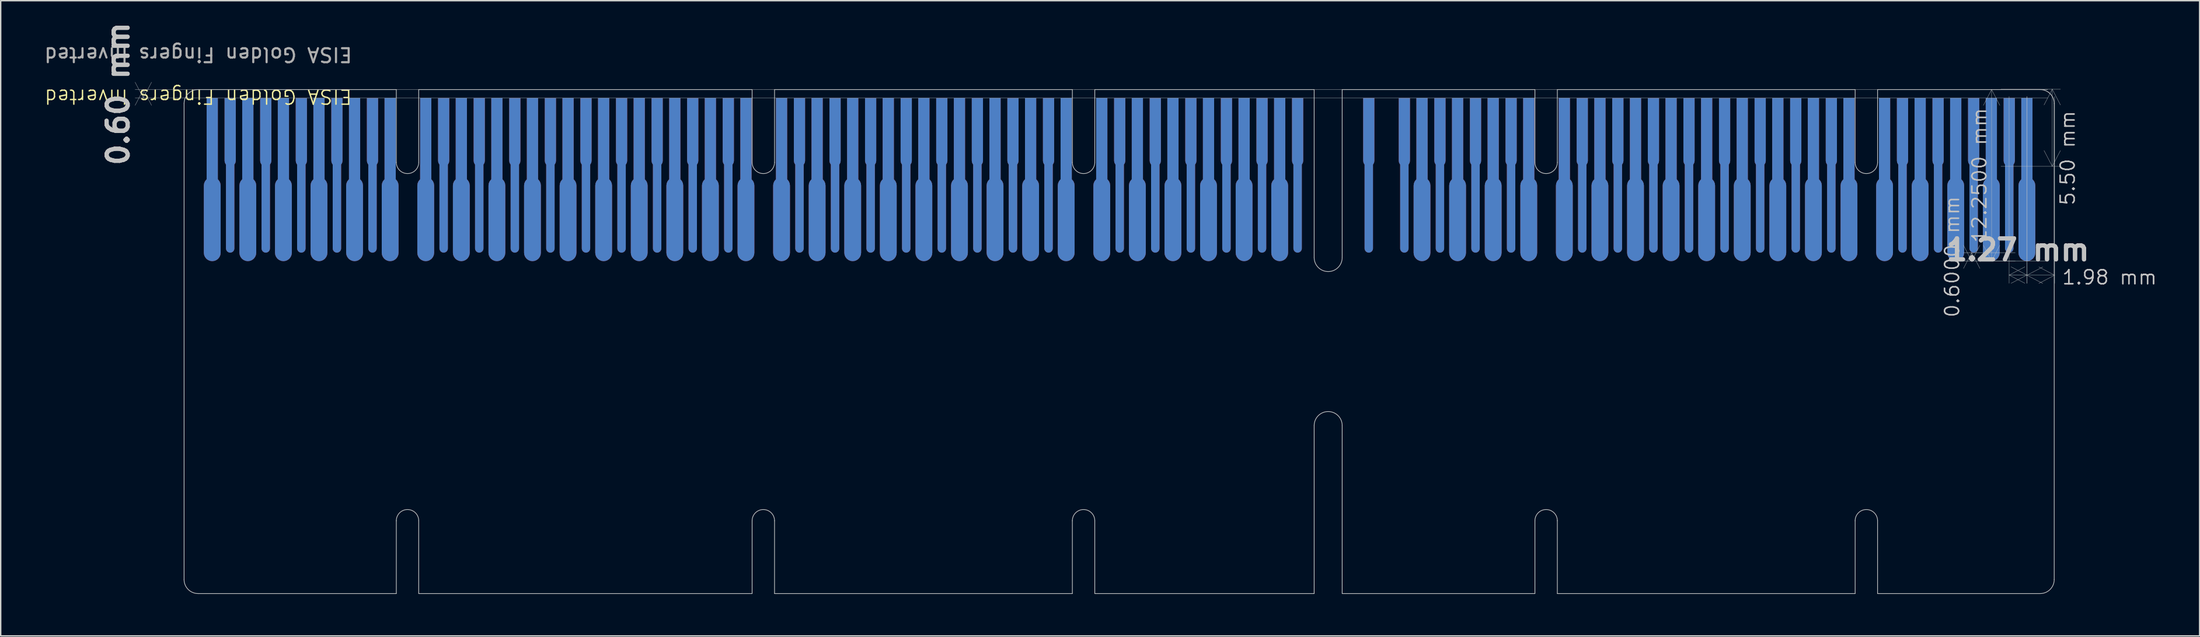
<source format=kicad_pcb>
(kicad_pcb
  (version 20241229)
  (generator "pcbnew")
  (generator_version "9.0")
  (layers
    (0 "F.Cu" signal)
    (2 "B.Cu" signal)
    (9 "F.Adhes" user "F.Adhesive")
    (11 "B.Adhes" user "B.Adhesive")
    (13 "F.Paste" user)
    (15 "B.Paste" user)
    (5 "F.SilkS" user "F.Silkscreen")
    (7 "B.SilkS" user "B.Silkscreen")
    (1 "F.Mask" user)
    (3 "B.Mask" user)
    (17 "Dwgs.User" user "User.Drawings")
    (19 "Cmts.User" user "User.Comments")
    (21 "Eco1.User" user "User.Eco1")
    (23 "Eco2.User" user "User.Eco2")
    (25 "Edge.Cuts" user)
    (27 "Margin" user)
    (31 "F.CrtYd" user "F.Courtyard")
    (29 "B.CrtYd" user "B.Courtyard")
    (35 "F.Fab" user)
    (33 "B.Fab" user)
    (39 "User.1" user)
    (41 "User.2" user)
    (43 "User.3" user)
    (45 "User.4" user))
  (footprint "EISA Golden Fingers Inverted"
    (layer "F.Cu")
    (at 10.091 3.348)
    (property "Reference" "EISA Golden Fingers Inverted" (at 1.01 0.5 180) (unlocked yes) (layer "F.SilkS") (effects (font (size 1 1) (thickness 0.1))))
    (attr smd)
    (fp_rect (start 133.53 0.01) (end 0 13.01) (stroke (width 0.1) (type solid)) (fill yes) (layer "F.Mask"))
    (fp_rect (start 133.53 0.01) (end 0 13.01) (stroke (width 0.1) (type solid)) (fill yes) (layer "B.Mask"))
    (fp_line (start 0 1) (end 0 35) (stroke (width 0.05) (type default)) (layer "Dwgs.User"))
    (fp_line (start 1 36) (end 15.15 36) (stroke (width 0.05) (type default)) (layer "Dwgs.User"))
    (fp_line (start 15.15 0) (end 1 0) (stroke (width 0.05) (type default)) (layer "Dwgs.User"))
    (fp_line (start 15.15 5.2) (end 15.15 0) (stroke (width 0.05) (type default)) (layer "Dwgs.User"))
    (fp_line (start 15.15 36) (end 15.15 30.8) (stroke (width 0.05) (type default)) (layer "Dwgs.User"))
    (fp_line (start 16.75 0) (end 16.75 5.2) (stroke (width 0.05) (type default)) (layer "Dwgs.User"))
    (fp_line (start 16.75 30.8) (end 16.75 36) (stroke (width 0.05) (type default)) (layer "Dwgs.User"))
    (fp_line (start 16.75 36) (end 40.55 36) (stroke (width 0.05) (type default)) (layer "Dwgs.User"))
    (fp_line (start 40.55 0) (end 16.75 0) (stroke (width 0.05) (type default)) (layer "Dwgs.User"))
    (fp_line (start 40.55 5.2) (end 40.55 0) (stroke (width 0.05) (type default)) (layer "Dwgs.User"))
    (fp_line (start 40.55 36) (end 40.55 30.8) (stroke (width 0.05) (type default)) (layer "Dwgs.User"))
    (fp_line (start 42.15 0) (end 42.15 5.2) (stroke (width 0.05) (type default)) (layer "Dwgs.User"))
    (fp_line (start 42.15 30.8) (end 42.15 36) (stroke (width 0.05) (type default)) (layer "Dwgs.User"))
    (fp_line (start 42.15 36) (end 63.41 36) (stroke (width 0.05) (type default)) (layer "Dwgs.User"))
    (fp_line (start 63.41 0) (end 42.15 0) (stroke (width 0.05) (type default)) (layer "Dwgs.User"))
    (fp_line (start 63.41 5.2) (end 63.41 0) (stroke (width 0.05) (type default)) (layer "Dwgs.User"))
    (fp_line (start 63.41 36) (end 63.41 30.8) (stroke (width 0.05) (type default)) (layer "Dwgs.User"))
    (fp_line (start 65.01 0) (end 65.01 5.2) (stroke (width 0.05) (type default)) (layer "Dwgs.User"))
    (fp_line (start 65.01 30.8) (end 65.01 36) (stroke (width 0.05) (type default)) (layer "Dwgs.User"))
    (fp_line (start 65.01 36) (end 80.672 36) (stroke (width 0.05) (type default)) (layer "Dwgs.User"))
    (fp_line (start 80.672 0) (end 65.01 0) (stroke (width 0.05) (type default)) (layer "Dwgs.User"))
    (fp_line (start 80.672 12) (end 80.672 0) (stroke (width 0.05) (type default)) (layer "Dwgs.User"))
    (fp_line (start 80.672 36) (end 80.672 24) (stroke (width 0.05) (type default)) (layer "Dwgs.User"))
    (fp_line (start 82.672 0) (end 82.672 12) (stroke (width 0.05) (type default)) (layer "Dwgs.User"))
    (fp_line (start 82.672 24) (end 82.672 36) (stroke (width 0.05) (type default)) (layer "Dwgs.User"))
    (fp_line (start 82.672 36) (end 96.43 36) (stroke (width 0.05) (type default)) (layer "Dwgs.User"))
    (fp_line (start 96.43 0) (end 82.672 0) (stroke (width 0.05) (type default)) (layer "Dwgs.User"))
    (fp_line (start 96.43 5.2) (end 96.43 0) (stroke (width 0.05) (type default)) (layer "Dwgs.User"))
    (fp_line (start 96.43 36) (end 96.43 30.8) (stroke (width 0.05) (type default)) (layer "Dwgs.User"))
    (fp_line (start 98.03 0) (end 98.03 5.2) (stroke (width 0.05) (type default)) (layer "Dwgs.User"))
    (fp_line (start 98.03 30.8) (end 98.03 36) (stroke (width 0.05) (type default)) (layer "Dwgs.User"))
    (fp_line (start 98.03 36) (end 119.29 36) (stroke (width 0.05) (type default)) (layer "Dwgs.User"))
    (fp_line (start 119.29 0) (end 98.03 0) (stroke (width 0.05) (type default)) (layer "Dwgs.User"))
    (fp_line (start 119.29 5.2) (end 119.29 0) (stroke (width 0.05) (type default)) (layer "Dwgs.User"))
    (fp_line (start 119.29 36) (end 119.29 30.8) (stroke (width 0.05) (type default)) (layer "Dwgs.User"))
    (fp_line (start 120.89 0) (end 120.89 5.2) (stroke (width 0.05) (type default)) (layer "Dwgs.User"))
    (fp_line (start 120.89 30.8) (end 120.89 36) (stroke (width 0.05) (type default)) (layer "Dwgs.User"))
    (fp_line (start 120.89 36) (end 132.5 36) (stroke (width 0.05) (type default)) (layer "Dwgs.User"))
    (fp_line (start 132.5 0) (end 120.89 0) (stroke (width 0.05) (type default)) (layer "Dwgs.User"))
    (fp_line (start 133.5 35) (end 133.5 1) (stroke (width 0.05) (type default)) (layer "Dwgs.User"))
    (fp_arc (start 0 1) (mid 0.292893 0.292893) (end 1 0) (stroke (width 0.05) (type default)) (layer "Dwgs.User"))
    (fp_arc (start 1 36) (mid 0.292893 35.707107) (end 0 35) (stroke (width 0.05) (type default)) (layer "Dwgs.User"))
    (fp_arc (start 15.15 30.8) (mid 15.95 30) (end 16.75 30.8) (stroke (width 0.05) (type default)) (layer "Dwgs.User"))
    (fp_arc (start 16.75 5.2) (mid 15.95 6) (end 15.15 5.2) (stroke (width 0.05) (type default)) (layer "Dwgs.User"))
    (fp_arc (start 40.55 30.8) (mid 41.35 30) (end 42.15 30.8) (stroke (width 0.05) (type default)) (layer "Dwgs.User"))
    (fp_arc (start 42.15 5.2) (mid 41.35 6) (end 40.55 5.2) (stroke (width 0.05) (type default)) (layer "Dwgs.User"))
    (fp_arc (start 63.41 30.8) (mid 64.21 30) (end 65.01 30.8) (stroke (width 0.05) (type default)) (layer "Dwgs.User"))
    (fp_arc (start 65.01 5.2) (mid 64.21 6) (end 63.41 5.2) (stroke (width 0.05) (type default)) (layer "Dwgs.User"))
    (fp_arc (start 80.6725 24) (mid 81.6725 23) (end 82.6725 24) (stroke (width 0.05) (type default)) (layer "Dwgs.User"))
    (fp_arc (start 82.6725 12) (mid 81.6725 13) (end 80.6725 12) (stroke (width 0.05) (type default)) (layer "Dwgs.User"))
    (fp_arc (start 96.43 30.8) (mid 97.23 30) (end 98.03 30.8) (stroke (width 0.05) (type default)) (layer "Dwgs.User"))
    (fp_arc (start 98.03 5.2) (mid 97.23 6) (end 96.43 5.2) (stroke (width 0.05) (type default)) (layer "Dwgs.User"))
    (fp_arc (start 119.29 30.8) (mid 120.09 30) (end 120.89 30.8) (stroke (width 0.05) (type default)) (layer "Dwgs.User"))
    (fp_arc (start 120.89 5.2) (mid 120.09 6) (end 119.29 5.2) (stroke (width 0.05) (type default)) (layer "Dwgs.User"))
    (fp_arc (start 132.500001 0) (mid 133.207107 0.292893) (end 133.5 0.999999) (stroke (width 0.05) (type default)) (layer "Dwgs.User"))
    (fp_arc (start 133.5 35.000001) (mid 133.207107 35.707107) (end 132.500001 36) (stroke (width 0.05) (type default)) (layer "Dwgs.User"))
    (fp_text user "${REFERENCE}" (at 1.01 -2.5 180) (unlocked yes) (layer "F.Fab") (effects (font (size 1 1) (thickness 0.15))))
    (dimension (type aligned) (layer "Dwgs.User") (pts (xy 141.311 15.598) (xy 141.311 14.998)) (height -3.61) (format (prefix "") (suffix "") (units 3) (units_format 1) (precision 4)) (style (thickness 0.02) (arrow_length 1.27) (text_position_mode 2) (arrow_direction outward) (extension_height 0.586) (extension_offset 0.5) (keep_text_aligned yes)) (gr_text "0.6000 mm" (at 136.301 15.298 90) (layer "Dwgs.User") (effects (font (size 1 1) (thickness 0.1)))))
    (dimension (type aligned) (layer "Dwgs.User") (pts (xy 139.291 3.323) (xy 139.291 8.828)) (height -4.16) (format (prefix "") (suffix "") (units 3) (units_format 1) (precision 2)) (style (thickness 0.02) (arrow_length 1.27) (text_position_mode 2) (arrow_direction outward) (extension_height 0.586) (extension_offset 0.5) (keep_text_aligned yes)) (gr_text "5.50 mm" (at 144.551 8.238 90) (layer "Dwgs.User") (effects (font (size 1 1) (thickness 0.1)))))
    (dimension (type aligned) (layer "Dwgs.User") (pts (xy 143.621 3.348) (xy 143.621 3.948)) (height 136.44) (format (prefix "") (suffix "") (units 3) (units_format 1) (precision 2)) (style (thickness 0.02) (arrow_length 1.27) (text_position_mode 0) (arrow_direction outward) (extension_height 0.586) (extension_offset 0.5) (keep_text_aligned yes)) (gr_text "0.60 mm" (at 5.381 3.648 90) (layer "Dwgs.User") (effects (font (size 1.5 1.5) (thickness 0.3)))))
    (dimension (type aligned) (layer "Dwgs.User") (pts (xy 143.621 3.348) (xy 141.641 3.348)) (height -13.26) (format (prefix "") (suffix "") (units 3) (units_format 1) (precision 2)) (style (thickness 0.02) (arrow_length 1.27) (text_position_mode 2) (arrow_direction outward) (extension_height 0.586) (extension_offset 0.5) (keep_text_aligned yes)) (gr_text "1.98 mm" (at 147.541 16.758 0) (layer "Dwgs.User") (effects (font (size 1 1) (thickness 0.1)))))
    (dimension (type aligned) (layer "Dwgs.User") (pts (xy 141.641 3.338) (xy 140.371 3.338)) (height -13.26) (format (prefix "") (suffix "") (units 3) (units_format 1) (precision 2)) (style (thickness 0.02) (arrow_length 1.27) (text_position_mode 0) (arrow_direction outward) (extension_height 0.586) (extension_offset 0.5) (keep_text_aligned yes)) (gr_text "1.27 mm" (at 141.006 14.798 0) (layer "Dwgs.User") (effects (font (size 1.5 1.5) (thickness 0.3)))))
    (dimension (type aligned) (layer "Dwgs.User") (pts (xy 143.621 3.348) (xy 143.621 15.598)) (height 4.5) (format (prefix "") (suffix "") (units 3) (units_format 1) (precision 4)) (style (thickness 0.02) (arrow_length 1.27) (text_position_mode 2) (arrow_direction outward) (extension_height 0.586) (extension_offset 0.5) (keep_text_aligned yes)) (gr_text "12.2500 mm" (at 138.251 9.473 90) (layer "Dwgs.User") (effects (font (size 1 1) (thickness 0.1)))))
    (pad "A1" smd custom (at 2.01 11.65 180) (size 0.5 0.5) (layers "B.Cu" "B.Mask") (options (anchor rect)) (primitives (gr_poly (pts (xy 0.155 -0.586) (xy 0.3 -0.526) (xy 0.424 -0.431) (xy 0.52 -0.306) (xy 0.58 -0.162) (xy 0.6 -0.006) (xy 0.6 4.794) (xy 0.58 4.949) (xy 0.52 5.094) (xy 0.424 5.218) (xy 0.4 5.237) (xy 0.4 11.044) (xy -0.4 11.044) (xy -0.4 5.237) (xy -0.424 5.218) (xy -0.52 5.094) (xy -0.58 4.949) (xy -0.6 4.794) (xy -0.6 -0.006) (xy -0.58 -0.162) (xy -0.52 -0.306) (xy -0.424 -0.431) (xy -0.3 -0.526) (xy -0.155 -0.586) (xy 0 -0.606)) (width 0) (fill yes))))
    (pad "A2" smd custom (at 4.55 11.65 180) (size 0.5 0.5) (layers "B.Cu" "B.Mask") (options (anchor rect)) (primitives (gr_poly (pts (xy 0.155 -0.586) (xy 0.3 -0.526) (xy 0.424 -0.431) (xy 0.52 -0.306) (xy 0.58 -0.162) (xy 0.6 -0.006) (xy 0.6 4.794) (xy 0.58 4.949) (xy 0.52 5.094) (xy 0.424 5.218) (xy 0.4 5.237) (xy 0.4 11.044) (xy -0.4 11.044) (xy -0.4 5.237) (xy -0.424 5.218) (xy -0.52 5.094) (xy -0.58 4.949) (xy -0.6 4.794) (xy -0.6 -0.006) (xy -0.58 -0.162) (xy -0.52 -0.306) (xy -0.424 -0.431) (xy -0.3 -0.526) (xy -0.155 -0.586) (xy 0 -0.606)) (width 0) (fill yes))))
    (pad "A3" smd custom (at 7.09 11.65 180) (size 0.5 0.5) (layers "B.Cu" "B.Mask") (options (anchor rect)) (primitives (gr_poly (pts (xy 0.155 -0.586) (xy 0.3 -0.526) (xy 0.424 -0.431) (xy 0.52 -0.306) (xy 0.58 -0.162) (xy 0.6 -0.006) (xy 0.6 4.794) (xy 0.58 4.949) (xy 0.52 5.094) (xy 0.424 5.218) (xy 0.4 5.237) (xy 0.4 11.044) (xy -0.4 11.044) (xy -0.4 5.237) (xy -0.424 5.218) (xy -0.52 5.094) (xy -0.58 4.949) (xy -0.6 4.794) (xy -0.6 -0.006) (xy -0.58 -0.162) (xy -0.52 -0.306) (xy -0.424 -0.431) (xy -0.3 -0.526) (xy -0.155 -0.586) (xy 0 -0.606)) (width 0) (fill yes))))
    (pad "A4" smd custom (at 9.63 11.65 180) (size 0.5 0.5) (layers "B.Cu" "B.Mask") (options (anchor rect)) (primitives (gr_poly (pts (xy 0.155 -0.586) (xy 0.3 -0.526) (xy 0.424 -0.431) (xy 0.52 -0.306) (xy 0.58 -0.162) (xy 0.6 -0.006) (xy 0.6 4.794) (xy 0.58 4.949) (xy 0.52 5.094) (xy 0.424 5.218) (xy 0.4 5.237) (xy 0.4 11.044) (xy -0.4 11.044) (xy -0.4 5.237) (xy -0.424 5.218) (xy -0.52 5.094) (xy -0.58 4.949) (xy -0.6 4.794) (xy -0.6 -0.006) (xy -0.58 -0.162) (xy -0.52 -0.306) (xy -0.424 -0.431) (xy -0.3 -0.526) (xy -0.155 -0.586) (xy 0 -0.606)) (width 0) (fill yes))))
    (pad "A5" smd custom (at 12.17 11.65 180) (size 0.5 0.5) (layers "B.Cu" "B.Mask") (options (anchor rect)) (primitives (gr_poly (pts (xy 0.155 -0.586) (xy 0.3 -0.526) (xy 0.424 -0.431) (xy 0.52 -0.306) (xy 0.58 -0.162) (xy 0.6 -0.006) (xy 0.6 4.794) (xy 0.58 4.949) (xy 0.52 5.094) (xy 0.424 5.218) (xy 0.4 5.237) (xy 0.4 11.044) (xy -0.4 11.044) (xy -0.4 5.237) (xy -0.424 5.218) (xy -0.52 5.094) (xy -0.58 4.949) (xy -0.6 4.794) (xy -0.6 -0.006) (xy -0.58 -0.162) (xy -0.52 -0.306) (xy -0.424 -0.431) (xy -0.3 -0.526) (xy -0.155 -0.586) (xy 0 -0.606)) (width 0) (fill yes))))
    (pad "A6" smd custom (at 14.71 11.65 180) (size 0.5 0.5) (layers "B.Cu" "B.Mask") (options (anchor rect)) (primitives (gr_poly (pts (xy 0.155 -0.586) (xy 0.3 -0.526) (xy 0.424 -0.431) (xy 0.52 -0.306) (xy 0.58 -0.162) (xy 0.6 -0.006) (xy 0.6 4.794) (xy 0.58 4.949) (xy 0.52 5.094) (xy 0.424 5.218) (xy 0.4 5.237) (xy 0.4 11.044) (xy -0.4 11.044) (xy -0.4 5.237) (xy -0.424 5.218) (xy -0.52 5.094) (xy -0.58 4.949) (xy -0.6 4.794) (xy -0.6 -0.006) (xy -0.58 -0.162) (xy -0.52 -0.306) (xy -0.424 -0.431) (xy -0.3 -0.526) (xy -0.155 -0.586) (xy 0 -0.606)) (width 0) (fill yes))))
    (pad "A7" smd custom (at 17.25 11.65 180) (size 0.5 0.5) (layers "B.Cu" "B.Mask") (options (anchor rect)) (primitives (gr_poly (pts (xy 0.155 -0.586) (xy 0.3 -0.526) (xy 0.424 -0.431) (xy 0.52 -0.306) (xy 0.58 -0.162) (xy 0.6 -0.006) (xy 0.6 4.794) (xy 0.58 4.949) (xy 0.52 5.094) (xy 0.424 5.218) (xy 0.4 5.237) (xy 0.4 11.044) (xy -0.4 11.044) (xy -0.4 5.237) (xy -0.424 5.218) (xy -0.52 5.094) (xy -0.58 4.949) (xy -0.6 4.794) (xy -0.6 -0.006) (xy -0.58 -0.162) (xy -0.52 -0.306) (xy -0.424 -0.431) (xy -0.3 -0.526) (xy -0.155 -0.586) (xy 0 -0.606)) (width 0) (fill yes))))
    (pad "A8" smd custom (at 19.79 11.65 180) (size 0.5 0.5) (layers "B.Cu" "B.Mask") (options (anchor rect)) (primitives (gr_poly (pts (xy 0.155 -0.586) (xy 0.3 -0.526) (xy 0.424 -0.431) (xy 0.52 -0.306) (xy 0.58 -0.162) (xy 0.6 -0.006) (xy 0.6 4.794) (xy 0.58 4.949) (xy 0.52 5.094) (xy 0.424 5.218) (xy 0.4 5.237) (xy 0.4 11.044) (xy -0.4 11.044) (xy -0.4 5.237) (xy -0.424 5.218) (xy -0.52 5.094) (xy -0.58 4.949) (xy -0.6 4.794) (xy -0.6 -0.006) (xy -0.58 -0.162) (xy -0.52 -0.306) (xy -0.424 -0.431) (xy -0.3 -0.526) (xy -0.155 -0.586) (xy 0 -0.606)) (width 0) (fill yes))))
    (pad "A9" smd custom (at 22.33 11.65 180) (size 0.5 0.5) (layers "B.Cu" "B.Mask") (options (anchor rect)) (primitives (gr_poly (pts (xy 0.155 -0.586) (xy 0.3 -0.526) (xy 0.424 -0.431) (xy 0.52 -0.306) (xy 0.58 -0.162) (xy 0.6 -0.006) (xy 0.6 4.794) (xy 0.58 4.949) (xy 0.52 5.094) (xy 0.424 5.218) (xy 0.4 5.237) (xy 0.4 11.044) (xy -0.4 11.044) (xy -0.4 5.237) (xy -0.424 5.218) (xy -0.52 5.094) (xy -0.58 4.949) (xy -0.6 4.794) (xy -0.6 -0.006) (xy -0.58 -0.162) (xy -0.52 -0.306) (xy -0.424 -0.431) (xy -0.3 -0.526) (xy -0.155 -0.586) (xy 0 -0.606)) (width 0) (fill yes))))
    (pad "A10" smd custom (at 24.87 11.65 180) (size 0.5 0.5) (layers "B.Cu" "B.Mask") (options (anchor rect)) (primitives (gr_poly (pts (xy 0.155 -0.586) (xy 0.3 -0.526) (xy 0.424 -0.431) (xy 0.52 -0.306) (xy 0.58 -0.162) (xy 0.6 -0.006) (xy 0.6 4.794) (xy 0.58 4.949) (xy 0.52 5.094) (xy 0.424 5.218) (xy 0.4 5.237) (xy 0.4 11.044) (xy -0.4 11.044) (xy -0.4 5.237) (xy -0.424 5.218) (xy -0.52 5.094) (xy -0.58 4.949) (xy -0.6 4.794) (xy -0.6 -0.006) (xy -0.58 -0.162) (xy -0.52 -0.306) (xy -0.424 -0.431) (xy -0.3 -0.526) (xy -0.155 -0.586) (xy 0 -0.606)) (width 0) (fill yes))))
    (pad "A11" smd custom (at 27.41 11.65 180) (size 0.5 0.5) (layers "B.Cu" "B.Mask") (options (anchor rect)) (primitives (gr_poly (pts (xy 0.155 -0.586) (xy 0.3 -0.526) (xy 0.424 -0.431) (xy 0.52 -0.306) (xy 0.58 -0.162) (xy 0.6 -0.006) (xy 0.6 4.794) (xy 0.58 4.949) (xy 0.52 5.094) (xy 0.424 5.218) (xy 0.4 5.237) (xy 0.4 11.044) (xy -0.4 11.044) (xy -0.4 5.237) (xy -0.424 5.218) (xy -0.52 5.094) (xy -0.58 4.949) (xy -0.6 4.794) (xy -0.6 -0.006) (xy -0.58 -0.162) (xy -0.52 -0.306) (xy -0.424 -0.431) (xy -0.3 -0.526) (xy -0.155 -0.586) (xy 0 -0.606)) (width 0) (fill yes))))
    (pad "A12" smd custom (at 29.95 11.65 180) (size 0.5 0.5) (layers "B.Cu" "B.Mask") (options (anchor rect)) (primitives (gr_poly (pts (xy 0.155 -0.586) (xy 0.3 -0.526) (xy 0.424 -0.431) (xy 0.52 -0.306) (xy 0.58 -0.162) (xy 0.6 -0.006) (xy 0.6 4.794) (xy 0.58 4.949) (xy 0.52 5.094) (xy 0.424 5.218) (xy 0.4 5.237) (xy 0.4 11.044) (xy -0.4 11.044) (xy -0.4 5.237) (xy -0.424 5.218) (xy -0.52 5.094) (xy -0.58 4.949) (xy -0.6 4.794) (xy -0.6 -0.006) (xy -0.58 -0.162) (xy -0.52 -0.306) (xy -0.424 -0.431) (xy -0.3 -0.526) (xy -0.155 -0.586) (xy 0 -0.606)) (width 0) (fill yes))))
    (pad "A13" smd custom (at 32.49 11.65 180) (size 0.5 0.5) (layers "B.Cu" "B.Mask") (options (anchor rect)) (primitives (gr_poly (pts (xy 0.155 -0.586) (xy 0.3 -0.526) (xy 0.424 -0.431) (xy 0.52 -0.306) (xy 0.58 -0.162) (xy 0.6 -0.006) (xy 0.6 4.794) (xy 0.58 4.949) (xy 0.52 5.094) (xy 0.424 5.218) (xy 0.4 5.237) (xy 0.4 11.044) (xy -0.4 11.044) (xy -0.4 5.237) (xy -0.424 5.218) (xy -0.52 5.094) (xy -0.58 4.949) (xy -0.6 4.794) (xy -0.6 -0.006) (xy -0.58 -0.162) (xy -0.52 -0.306) (xy -0.424 -0.431) (xy -0.3 -0.526) (xy -0.155 -0.586) (xy 0 -0.606)) (width 0) (fill yes))))
    (pad "A14" smd custom (at 35.03 11.65 180) (size 0.5 0.5) (layers "B.Cu" "B.Mask") (options (anchor rect)) (primitives (gr_poly (pts (xy 0.155 -0.586) (xy 0.3 -0.526) (xy 0.424 -0.431) (xy 0.52 -0.306) (xy 0.58 -0.162) (xy 0.6 -0.006) (xy 0.6 4.794) (xy 0.58 4.949) (xy 0.52 5.094) (xy 0.424 5.218) (xy 0.4 5.237) (xy 0.4 11.044) (xy -0.4 11.044) (xy -0.4 5.237) (xy -0.424 5.218) (xy -0.52 5.094) (xy -0.58 4.949) (xy -0.6 4.794) (xy -0.6 -0.006) (xy -0.58 -0.162) (xy -0.52 -0.306) (xy -0.424 -0.431) (xy -0.3 -0.526) (xy -0.155 -0.586) (xy 0 -0.606)) (width 0) (fill yes))))
    (pad "A15" smd custom (at 37.57 11.65 180) (size 0.5 0.5) (layers "B.Cu" "B.Mask") (options (anchor rect)) (primitives (gr_poly (pts (xy 0.155 -0.586) (xy 0.3 -0.526) (xy 0.424 -0.431) (xy 0.52 -0.306) (xy 0.58 -0.162) (xy 0.6 -0.006) (xy 0.6 4.794) (xy 0.58 4.949) (xy 0.52 5.094) (xy 0.424 5.218) (xy 0.4 5.237) (xy 0.4 11.044) (xy -0.4 11.044) (xy -0.4 5.237) (xy -0.424 5.218) (xy -0.52 5.094) (xy -0.58 4.949) (xy -0.6 4.794) (xy -0.6 -0.006) (xy -0.58 -0.162) (xy -0.52 -0.306) (xy -0.424 -0.431) (xy -0.3 -0.526) (xy -0.155 -0.586) (xy 0 -0.606)) (width 0) (fill yes))))
    (pad "A16" smd custom (at 40.11 11.65 180) (size 0.5 0.5) (layers "B.Cu" "B.Mask") (options (anchor rect)) (primitives (gr_poly (pts (xy 0.155 -0.586) (xy 0.3 -0.526) (xy 0.424 -0.431) (xy 0.52 -0.306) (xy 0.58 -0.162) (xy 0.6 -0.006) (xy 0.6 4.794) (xy 0.58 4.949) (xy 0.52 5.094) (xy 0.424 5.218) (xy 0.4 5.237) (xy 0.4 11.044) (xy -0.4 11.044) (xy -0.4 5.237) (xy -0.424 5.218) (xy -0.52 5.094) (xy -0.58 4.949) (xy -0.6 4.794) (xy -0.6 -0.006) (xy -0.58 -0.162) (xy -0.52 -0.306) (xy -0.424 -0.431) (xy -0.3 -0.526) (xy -0.155 -0.586) (xy 0 -0.606)) (width 0) (fill yes))))
    (pad "A17" smd custom (at 42.65 11.65 180) (size 0.5 0.5) (layers "B.Cu" "B.Mask") (options (anchor rect)) (primitives (gr_poly (pts (xy 0.155 -0.586) (xy 0.3 -0.526) (xy 0.424 -0.431) (xy 0.52 -0.306) (xy 0.58 -0.162) (xy 0.6 -0.006) (xy 0.6 4.794) (xy 0.58 4.949) (xy 0.52 5.094) (xy 0.424 5.218) (xy 0.4 5.237) (xy 0.4 11.044) (xy -0.4 11.044) (xy -0.4 5.237) (xy -0.424 5.218) (xy -0.52 5.094) (xy -0.58 4.949) (xy -0.6 4.794) (xy -0.6 -0.006) (xy -0.58 -0.162) (xy -0.52 -0.306) (xy -0.424 -0.431) (xy -0.3 -0.526) (xy -0.155 -0.586) (xy 0 -0.606)) (width 0) (fill yes))))
    (pad "A18" smd custom (at 45.19 11.65 180) (size 0.5 0.5) (layers "B.Cu" "B.Mask") (options (anchor rect)) (primitives (gr_poly (pts (xy 0.155 -0.586) (xy 0.3 -0.526) (xy 0.424 -0.431) (xy 0.52 -0.306) (xy 0.58 -0.162) (xy 0.6 -0.006) (xy 0.6 4.794) (xy 0.58 4.949) (xy 0.52 5.094) (xy 0.424 5.218) (xy 0.4 5.237) (xy 0.4 11.044) (xy -0.4 11.044) (xy -0.4 5.237) (xy -0.424 5.218) (xy -0.52 5.094) (xy -0.58 4.949) (xy -0.6 4.794) (xy -0.6 -0.006) (xy -0.58 -0.162) (xy -0.52 -0.306) (xy -0.424 -0.431) (xy -0.3 -0.526) (xy -0.155 -0.586) (xy 0 -0.606)) (width 0) (fill yes))))
    (pad "A19" smd custom (at 47.73 11.65 180) (size 0.5 0.5) (layers "B.Cu" "B.Mask") (options (anchor rect)) (primitives (gr_poly (pts (xy 0.155 -0.586) (xy 0.3 -0.526) (xy 0.424 -0.431) (xy 0.52 -0.306) (xy 0.58 -0.162) (xy 0.6 -0.006) (xy 0.6 4.794) (xy 0.58 4.949) (xy 0.52 5.094) (xy 0.424 5.218) (xy 0.4 5.237) (xy 0.4 11.044) (xy -0.4 11.044) (xy -0.4 5.237) (xy -0.424 5.218) (xy -0.52 5.094) (xy -0.58 4.949) (xy -0.6 4.794) (xy -0.6 -0.006) (xy -0.58 -0.162) (xy -0.52 -0.306) (xy -0.424 -0.431) (xy -0.3 -0.526) (xy -0.155 -0.586) (xy 0 -0.606)) (width 0) (fill yes))))
    (pad "A20" smd custom (at 50.27 11.65 180) (size 0.5 0.5) (layers "B.Cu" "B.Mask") (options (anchor rect)) (primitives (gr_poly (pts (xy 0.155 -0.586) (xy 0.3 -0.526) (xy 0.424 -0.431) (xy 0.52 -0.306) (xy 0.58 -0.162) (xy 0.6 -0.006) (xy 0.6 4.794) (xy 0.58 4.949) (xy 0.52 5.094) (xy 0.424 5.218) (xy 0.4 5.237) (xy 0.4 11.044) (xy -0.4 11.044) (xy -0.4 5.237) (xy -0.424 5.218) (xy -0.52 5.094) (xy -0.58 4.949) (xy -0.6 4.794) (xy -0.6 -0.006) (xy -0.58 -0.162) (xy -0.52 -0.306) (xy -0.424 -0.431) (xy -0.3 -0.526) (xy -0.155 -0.586) (xy 0 -0.606)) (width 0) (fill yes))))
    (pad "A21" smd custom (at 52.81 11.65 180) (size 0.5 0.5) (layers "B.Cu" "B.Mask") (options (anchor rect)) (primitives (gr_poly (pts (xy 0.155 -0.586) (xy 0.3 -0.526) (xy 0.424 -0.431) (xy 0.52 -0.306) (xy 0.58 -0.162) (xy 0.6 -0.006) (xy 0.6 4.794) (xy 0.58 4.949) (xy 0.52 5.094) (xy 0.424 5.218) (xy 0.4 5.237) (xy 0.4 11.044) (xy -0.4 11.044) (xy -0.4 5.237) (xy -0.424 5.218) (xy -0.52 5.094) (xy -0.58 4.949) (xy -0.6 4.794) (xy -0.6 -0.006) (xy -0.58 -0.162) (xy -0.52 -0.306) (xy -0.424 -0.431) (xy -0.3 -0.526) (xy -0.155 -0.586) (xy 0 -0.606)) (width 0) (fill yes))))
    (pad "A22" smd custom (at 55.35 11.65 180) (size 0.5 0.5) (layers "B.Cu" "B.Mask") (options (anchor rect)) (primitives (gr_poly (pts (xy 0.155 -0.586) (xy 0.3 -0.526) (xy 0.424 -0.431) (xy 0.52 -0.306) (xy 0.58 -0.162) (xy 0.6 -0.006) (xy 0.6 4.794) (xy 0.58 4.949) (xy 0.52 5.094) (xy 0.424 5.218) (xy 0.4 5.237) (xy 0.4 11.044) (xy -0.4 11.044) (xy -0.4 5.237) (xy -0.424 5.218) (xy -0.52 5.094) (xy -0.58 4.949) (xy -0.6 4.794) (xy -0.6 -0.006) (xy -0.58 -0.162) (xy -0.52 -0.306) (xy -0.424 -0.431) (xy -0.3 -0.526) (xy -0.155 -0.586) (xy 0 -0.606)) (width 0) (fill yes))))
    (pad "A23" smd custom (at 57.89 11.65 180) (size 0.5 0.5) (layers "B.Cu" "B.Mask") (options (anchor rect)) (primitives (gr_poly (pts (xy 0.155 -0.586) (xy 0.3 -0.526) (xy 0.424 -0.431) (xy 0.52 -0.306) (xy 0.58 -0.162) (xy 0.6 -0.006) (xy 0.6 4.794) (xy 0.58 4.949) (xy 0.52 5.094) (xy 0.424 5.218) (xy 0.4 5.237) (xy 0.4 11.044) (xy -0.4 11.044) (xy -0.4 5.237) (xy -0.424 5.218) (xy -0.52 5.094) (xy -0.58 4.949) (xy -0.6 4.794) (xy -0.6 -0.006) (xy -0.58 -0.162) (xy -0.52 -0.306) (xy -0.424 -0.431) (xy -0.3 -0.526) (xy -0.155 -0.586) (xy 0 -0.606)) (width 0) (fill yes))))
    (pad "A24" smd custom (at 60.43 11.65 180) (size 0.5 0.5) (layers "B.Cu" "B.Mask") (options (anchor rect)) (primitives (gr_poly (pts (xy 0.155 -0.586) (xy 0.3 -0.526) (xy 0.424 -0.431) (xy 0.52 -0.306) (xy 0.58 -0.162) (xy 0.6 -0.006) (xy 0.6 4.794) (xy 0.58 4.949) (xy 0.52 5.094) (xy 0.424 5.218) (xy 0.4 5.237) (xy 0.4 11.044) (xy -0.4 11.044) (xy -0.4 5.237) (xy -0.424 5.218) (xy -0.52 5.094) (xy -0.58 4.949) (xy -0.6 4.794) (xy -0.6 -0.006) (xy -0.58 -0.162) (xy -0.52 -0.306) (xy -0.424 -0.431) (xy -0.3 -0.526) (xy -0.155 -0.586) (xy 0 -0.606)) (width 0) (fill yes))))
    (pad "A25" smd custom (at 62.97 11.65 180) (size 0.5 0.5) (layers "B.Cu" "B.Mask") (options (anchor rect)) (primitives (gr_poly (pts (xy 0.155 -0.586) (xy 0.3 -0.526) (xy 0.424 -0.431) (xy 0.52 -0.306) (xy 0.58 -0.162) (xy 0.6 -0.006) (xy 0.6 4.794) (xy 0.58 4.949) (xy 0.52 5.094) (xy 0.424 5.218) (xy 0.4 5.237) (xy 0.4 11.044) (xy -0.4 11.044) (xy -0.4 5.237) (xy -0.424 5.218) (xy -0.52 5.094) (xy -0.58 4.949) (xy -0.6 4.794) (xy -0.6 -0.006) (xy -0.58 -0.162) (xy -0.52 -0.306) (xy -0.424 -0.431) (xy -0.3 -0.526) (xy -0.155 -0.586) (xy 0 -0.606)) (width 0) (fill yes))))
    (pad "A26" smd custom (at 65.51 11.65 180) (size 0.5 0.5) (layers "B.Cu" "B.Mask") (options (anchor rect)) (primitives (gr_poly (pts (xy 0.155 -0.586) (xy 0.3 -0.526) (xy 0.424 -0.431) (xy 0.52 -0.306) (xy 0.58 -0.162) (xy 0.6 -0.006) (xy 0.6 4.794) (xy 0.58 4.949) (xy 0.52 5.094) (xy 0.424 5.218) (xy 0.4 5.237) (xy 0.4 11.044) (xy -0.4 11.044) (xy -0.4 5.237) (xy -0.424 5.218) (xy -0.52 5.094) (xy -0.58 4.949) (xy -0.6 4.794) (xy -0.6 -0.006) (xy -0.58 -0.162) (xy -0.52 -0.306) (xy -0.424 -0.431) (xy -0.3 -0.526) (xy -0.155 -0.586) (xy 0 -0.606)) (width 0) (fill yes))))
    (pad "A27" smd custom (at 68.05 11.65 180) (size 0.5 0.5) (layers "B.Cu" "B.Mask") (options (anchor rect)) (primitives (gr_poly (pts (xy 0.155 -0.586) (xy 0.3 -0.526) (xy 0.424 -0.431) (xy 0.52 -0.306) (xy 0.58 -0.162) (xy 0.6 -0.006) (xy 0.6 4.794) (xy 0.58 4.949) (xy 0.52 5.094) (xy 0.424 5.218) (xy 0.4 5.237) (xy 0.4 11.044) (xy -0.4 11.044) (xy -0.4 5.237) (xy -0.424 5.218) (xy -0.52 5.094) (xy -0.58 4.949) (xy -0.6 4.794) (xy -0.6 -0.006) (xy -0.58 -0.162) (xy -0.52 -0.306) (xy -0.424 -0.431) (xy -0.3 -0.526) (xy -0.155 -0.586) (xy 0 -0.606)) (width 0) (fill yes))))
    (pad "A28" smd custom (at 70.59 11.65 180) (size 0.5 0.5) (layers "B.Cu" "B.Mask") (options (anchor rect)) (primitives (gr_poly (pts (xy 0.155 -0.586) (xy 0.3 -0.526) (xy 0.424 -0.431) (xy 0.52 -0.306) (xy 0.58 -0.162) (xy 0.6 -0.006) (xy 0.6 4.794) (xy 0.58 4.949) (xy 0.52 5.094) (xy 0.424 5.218) (xy 0.4 5.237) (xy 0.4 11.044) (xy -0.4 11.044) (xy -0.4 5.237) (xy -0.424 5.218) (xy -0.52 5.094) (xy -0.58 4.949) (xy -0.6 4.794) (xy -0.6 -0.006) (xy -0.58 -0.162) (xy -0.52 -0.306) (xy -0.424 -0.431) (xy -0.3 -0.526) (xy -0.155 -0.586) (xy 0 -0.606)) (width 0) (fill yes))))
    (pad "A29" smd custom (at 73.13 11.65 180) (size 0.5 0.5) (layers "B.Cu" "B.Mask") (options (anchor rect)) (primitives (gr_poly (pts (xy 0.155 -0.586) (xy 0.3 -0.526) (xy 0.424 -0.431) (xy 0.52 -0.306) (xy 0.58 -0.162) (xy 0.6 -0.006) (xy 0.6 4.794) (xy 0.58 4.949) (xy 0.52 5.094) (xy 0.424 5.218) (xy 0.4 5.237) (xy 0.4 11.044) (xy -0.4 11.044) (xy -0.4 5.237) (xy -0.424 5.218) (xy -0.52 5.094) (xy -0.58 4.949) (xy -0.6 4.794) (xy -0.6 -0.006) (xy -0.58 -0.162) (xy -0.52 -0.306) (xy -0.424 -0.431) (xy -0.3 -0.526) (xy -0.155 -0.586) (xy 0 -0.606)) (width 0) (fill yes))))
    (pad "A30" smd custom (at 75.67 11.65 180) (size 0.5 0.5) (layers "B.Cu" "B.Mask") (options (anchor rect)) (primitives (gr_poly (pts (xy 0.155 -0.586) (xy 0.3 -0.526) (xy 0.424 -0.431) (xy 0.52 -0.306) (xy 0.58 -0.162) (xy 0.6 -0.006) (xy 0.6 4.794) (xy 0.58 4.949) (xy 0.52 5.094) (xy 0.424 5.218) (xy 0.4 5.237) (xy 0.4 11.044) (xy -0.4 11.044) (xy -0.4 5.237) (xy -0.424 5.218) (xy -0.52 5.094) (xy -0.58 4.949) (xy -0.6 4.794) (xy -0.6 -0.006) (xy -0.58 -0.162) (xy -0.52 -0.306) (xy -0.424 -0.431) (xy -0.3 -0.526) (xy -0.155 -0.586) (xy 0 -0.606)) (width 0) (fill yes))))
    (pad "A31" smd custom (at 78.21 11.65 180) (size 0.5 0.5) (layers "B.Cu" "B.Mask") (options (anchor rect)) (primitives (gr_poly (pts (xy 0.155 -0.586) (xy 0.3 -0.526) (xy 0.424 -0.431) (xy 0.52 -0.306) (xy 0.58 -0.162) (xy 0.6 -0.006) (xy 0.6 4.794) (xy 0.58 4.949) (xy 0.52 5.094) (xy 0.424 5.218) (xy 0.4 5.237) (xy 0.4 11.044) (xy -0.4 11.044) (xy -0.4 5.237) (xy -0.424 5.218) (xy -0.52 5.094) (xy -0.58 4.949) (xy -0.6 4.794) (xy -0.6 -0.006) (xy -0.58 -0.162) (xy -0.52 -0.306) (xy -0.424 -0.431) (xy -0.3 -0.526) (xy -0.155 -0.586) (xy 0 -0.606)) (width 0) (fill yes))))
    (pad "B1" smd custom (at 2.01 11.65 180) (size 0.5 0.5) (layers "F.Cu" "F.Mask") (options (anchor rect)) (primitives (gr_poly (pts (xy 0.155 -0.586) (xy 0.3 -0.526) (xy 0.424 -0.431) (xy 0.52 -0.306) (xy 0.58 -0.162) (xy 0.6 -0.006) (xy 0.6 4.794) (xy 0.58 4.949) (xy 0.52 5.094) (xy 0.424 5.218) (xy 0.4 5.237) (xy 0.4 11.044) (xy -0.4 11.044) (xy -0.4 5.237) (xy -0.424 5.218) (xy -0.52 5.094) (xy -0.58 4.949) (xy -0.6 4.794) (xy -0.6 -0.006) (xy -0.58 -0.162) (xy -0.52 -0.306) (xy -0.424 -0.431) (xy -0.3 -0.526) (xy -0.155 -0.586) (xy 0 -0.606)) (width 0) (fill yes))))
    (pad "B2" smd custom (at 4.55 11.65 180) (size 0.5 0.5) (layers "F.Cu" "F.Mask") (options (anchor rect)) (primitives (gr_poly (pts (xy 0.155 -0.586) (xy 0.3 -0.526) (xy 0.424 -0.431) (xy 0.52 -0.306) (xy 0.58 -0.162) (xy 0.6 -0.006) (xy 0.6 4.794) (xy 0.58 4.949) (xy 0.52 5.094) (xy 0.424 5.218) (xy 0.4 5.237) (xy 0.4 11.044) (xy -0.4 11.044) (xy -0.4 5.237) (xy -0.424 5.218) (xy -0.52 5.094) (xy -0.58 4.949) (xy -0.6 4.794) (xy -0.6 -0.006) (xy -0.58 -0.162) (xy -0.52 -0.306) (xy -0.424 -0.431) (xy -0.3 -0.526) (xy -0.155 -0.586) (xy 0 -0.606)) (width 0) (fill yes))))
    (pad "B3" smd custom (at 7.09 11.65 180) (size 0.5 0.5) (layers "F.Cu" "F.Mask") (options (anchor rect)) (primitives (gr_poly (pts (xy 0.155 -0.586) (xy 0.3 -0.526) (xy 0.424 -0.431) (xy 0.52 -0.306) (xy 0.58 -0.162) (xy 0.6 -0.006) (xy 0.6 4.794) (xy 0.58 4.949) (xy 0.52 5.094) (xy 0.424 5.218) (xy 0.4 5.237) (xy 0.4 11.044) (xy -0.4 11.044) (xy -0.4 5.237) (xy -0.424 5.218) (xy -0.52 5.094) (xy -0.58 4.949) (xy -0.6 4.794) (xy -0.6 -0.006) (xy -0.58 -0.162) (xy -0.52 -0.306) (xy -0.424 -0.431) (xy -0.3 -0.526) (xy -0.155 -0.586) (xy 0 -0.606)) (width 0) (fill yes))))
    (pad "B4" smd custom (at 9.63 11.65 180) (size 0.5 0.5) (layers "F.Cu" "F.Mask") (options (anchor rect)) (primitives (gr_poly (pts (xy 0.155 -0.586) (xy 0.3 -0.526) (xy 0.424 -0.431) (xy 0.52 -0.306) (xy 0.58 -0.162) (xy 0.6 -0.006) (xy 0.6 4.794) (xy 0.58 4.949) (xy 0.52 5.094) (xy 0.424 5.218) (xy 0.4 5.237) (xy 0.4 11.044) (xy -0.4 11.044) (xy -0.4 5.237) (xy -0.424 5.218) (xy -0.52 5.094) (xy -0.58 4.949) (xy -0.6 4.794) (xy -0.6 -0.006) (xy -0.58 -0.162) (xy -0.52 -0.306) (xy -0.424 -0.431) (xy -0.3 -0.526) (xy -0.155 -0.586) (xy 0 -0.606)) (width 0) (fill yes))))
    (pad "B5" smd custom (at 12.17 11.65 180) (size 0.5 0.5) (layers "F.Cu" "F.Mask") (options (anchor rect)) (primitives (gr_poly (pts (xy 0.155 -0.586) (xy 0.3 -0.526) (xy 0.424 -0.431) (xy 0.52 -0.306) (xy 0.58 -0.162) (xy 0.6 -0.006) (xy 0.6 4.794) (xy 0.58 4.949) (xy 0.52 5.094) (xy 0.424 5.218) (xy 0.4 5.237) (xy 0.4 11.044) (xy -0.4 11.044) (xy -0.4 5.237) (xy -0.424 5.218) (xy -0.52 5.094) (xy -0.58 4.949) (xy -0.6 4.794) (xy -0.6 -0.006) (xy -0.58 -0.162) (xy -0.52 -0.306) (xy -0.424 -0.431) (xy -0.3 -0.526) (xy -0.155 -0.586) (xy 0 -0.606)) (width 0) (fill yes))))
    (pad "B6" smd custom (at 14.71 11.65 180) (size 0.5 0.5) (layers "F.Cu" "F.Mask") (options (anchor rect)) (primitives (gr_poly (pts (xy 0.155 -0.586) (xy 0.3 -0.526) (xy 0.424 -0.431) (xy 0.52 -0.306) (xy 0.58 -0.162) (xy 0.6 -0.006) (xy 0.6 4.794) (xy 0.58 4.949) (xy 0.52 5.094) (xy 0.424 5.218) (xy 0.4 5.237) (xy 0.4 11.044) (xy -0.4 11.044) (xy -0.4 5.237) (xy -0.424 5.218) (xy -0.52 5.094) (xy -0.58 4.949) (xy -0.6 4.794) (xy -0.6 -0.006) (xy -0.58 -0.162) (xy -0.52 -0.306) (xy -0.424 -0.431) (xy -0.3 -0.526) (xy -0.155 -0.586) (xy 0 -0.606)) (width 0) (fill yes))))
    (pad "B7" smd custom (at 17.25 11.65 180) (size 0.5 0.5) (layers "F.Cu" "F.Mask") (options (anchor rect)) (primitives (gr_poly (pts (xy 0.155 -0.586) (xy 0.3 -0.526) (xy 0.424 -0.431) (xy 0.52 -0.306) (xy 0.58 -0.162) (xy 0.6 -0.006) (xy 0.6 4.794) (xy 0.58 4.949) (xy 0.52 5.094) (xy 0.424 5.218) (xy 0.4 5.237) (xy 0.4 11.044) (xy -0.4 11.044) (xy -0.4 5.237) (xy -0.424 5.218) (xy -0.52 5.094) (xy -0.58 4.949) (xy -0.6 4.794) (xy -0.6 -0.006) (xy -0.58 -0.162) (xy -0.52 -0.306) (xy -0.424 -0.431) (xy -0.3 -0.526) (xy -0.155 -0.586) (xy 0 -0.606)) (width 0) (fill yes))))
    (pad "B8" smd custom (at 19.79 11.65 180) (size 0.5 0.5) (layers "F.Cu" "F.Mask") (options (anchor rect)) (primitives (gr_poly (pts (xy 0.155 -0.586) (xy 0.3 -0.526) (xy 0.424 -0.431) (xy 0.52 -0.306) (xy 0.58 -0.162) (xy 0.6 -0.006) (xy 0.6 4.794) (xy 0.58 4.949) (xy 0.52 5.094) (xy 0.424 5.218) (xy 0.4 5.237) (xy 0.4 11.044) (xy -0.4 11.044) (xy -0.4 5.237) (xy -0.424 5.218) (xy -0.52 5.094) (xy -0.58 4.949) (xy -0.6 4.794) (xy -0.6 -0.006) (xy -0.58 -0.162) (xy -0.52 -0.306) (xy -0.424 -0.431) (xy -0.3 -0.526) (xy -0.155 -0.586) (xy 0 -0.606)) (width 0) (fill yes))))
    (pad "B9" smd custom (at 22.33 11.65 180) (size 0.5 0.5) (layers "F.Cu" "F.Mask") (options (anchor rect)) (primitives (gr_poly (pts (xy 0.155 -0.586) (xy 0.3 -0.526) (xy 0.424 -0.431) (xy 0.52 -0.306) (xy 0.58 -0.162) (xy 0.6 -0.006) (xy 0.6 4.794) (xy 0.58 4.949) (xy 0.52 5.094) (xy 0.424 5.218) (xy 0.4 5.237) (xy 0.4 11.044) (xy -0.4 11.044) (xy -0.4 5.237) (xy -0.424 5.218) (xy -0.52 5.094) (xy -0.58 4.949) (xy -0.6 4.794) (xy -0.6 -0.006) (xy -0.58 -0.162) (xy -0.52 -0.306) (xy -0.424 -0.431) (xy -0.3 -0.526) (xy -0.155 -0.586) (xy 0 -0.606)) (width 0) (fill yes))))
    (pad "B10" smd custom (at 24.87 11.65 180) (size 0.5 0.5) (layers "F.Cu" "F.Mask") (options (anchor rect)) (primitives (gr_poly (pts (xy 0.155 -0.586) (xy 0.3 -0.526) (xy 0.424 -0.431) (xy 0.52 -0.306) (xy 0.58 -0.162) (xy 0.6 -0.006) (xy 0.6 4.794) (xy 0.58 4.949) (xy 0.52 5.094) (xy 0.424 5.218) (xy 0.4 5.237) (xy 0.4 11.044) (xy -0.4 11.044) (xy -0.4 5.237) (xy -0.424 5.218) (xy -0.52 5.094) (xy -0.58 4.949) (xy -0.6 4.794) (xy -0.6 -0.006) (xy -0.58 -0.162) (xy -0.52 -0.306) (xy -0.424 -0.431) (xy -0.3 -0.526) (xy -0.155 -0.586) (xy 0 -0.606)) (width 0) (fill yes))))
    (pad "B11" smd custom (at 27.41 11.65 180) (size 0.5 0.5) (layers "F.Cu" "F.Mask") (options (anchor rect)) (primitives (gr_poly (pts (xy 0.155 -0.586) (xy 0.3 -0.526) (xy 0.424 -0.431) (xy 0.52 -0.306) (xy 0.58 -0.162) (xy 0.6 -0.006) (xy 0.6 4.794) (xy 0.58 4.949) (xy 0.52 5.094) (xy 0.424 5.218) (xy 0.4 5.237) (xy 0.4 11.044) (xy -0.4 11.044) (xy -0.4 5.237) (xy -0.424 5.218) (xy -0.52 5.094) (xy -0.58 4.949) (xy -0.6 4.794) (xy -0.6 -0.006) (xy -0.58 -0.162) (xy -0.52 -0.306) (xy -0.424 -0.431) (xy -0.3 -0.526) (xy -0.155 -0.586) (xy 0 -0.606)) (width 0) (fill yes))))
    (pad "B12" smd custom (at 29.95 11.65 180) (size 0.5 0.5) (layers "F.Cu" "F.Mask") (options (anchor rect)) (primitives (gr_poly (pts (xy 0.155 -0.586) (xy 0.3 -0.526) (xy 0.424 -0.431) (xy 0.52 -0.306) (xy 0.58 -0.162) (xy 0.6 -0.006) (xy 0.6 4.794) (xy 0.58 4.949) (xy 0.52 5.094) (xy 0.424 5.218) (xy 0.4 5.237) (xy 0.4 11.044) (xy -0.4 11.044) (xy -0.4 5.237) (xy -0.424 5.218) (xy -0.52 5.094) (xy -0.58 4.949) (xy -0.6 4.794) (xy -0.6 -0.006) (xy -0.58 -0.162) (xy -0.52 -0.306) (xy -0.424 -0.431) (xy -0.3 -0.526) (xy -0.155 -0.586) (xy 0 -0.606)) (width 0) (fill yes))))
    (pad "B13" smd custom (at 32.49 11.65 180) (size 0.5 0.5) (layers "F.Cu" "F.Mask") (options (anchor rect)) (primitives (gr_poly (pts (xy 0.155 -0.586) (xy 0.3 -0.526) (xy 0.424 -0.431) (xy 0.52 -0.306) (xy 0.58 -0.162) (xy 0.6 -0.006) (xy 0.6 4.794) (xy 0.58 4.949) (xy 0.52 5.094) (xy 0.424 5.218) (xy 0.4 5.237) (xy 0.4 11.044) (xy -0.4 11.044) (xy -0.4 5.237) (xy -0.424 5.218) (xy -0.52 5.094) (xy -0.58 4.949) (xy -0.6 4.794) (xy -0.6 -0.006) (xy -0.58 -0.162) (xy -0.52 -0.306) (xy -0.424 -0.431) (xy -0.3 -0.526) (xy -0.155 -0.586) (xy 0 -0.606)) (width 0) (fill yes))))
    (pad "B14" smd custom (at 35.03 11.65 180) (size 0.5 0.5) (layers "F.Cu" "F.Mask") (options (anchor rect)) (primitives (gr_poly (pts (xy 0.155 -0.586) (xy 0.3 -0.526) (xy 0.424 -0.431) (xy 0.52 -0.306) (xy 0.58 -0.162) (xy 0.6 -0.006) (xy 0.6 4.794) (xy 0.58 4.949) (xy 0.52 5.094) (xy 0.424 5.218) (xy 0.4 5.237) (xy 0.4 11.044) (xy -0.4 11.044) (xy -0.4 5.237) (xy -0.424 5.218) (xy -0.52 5.094) (xy -0.58 4.949) (xy -0.6 4.794) (xy -0.6 -0.006) (xy -0.58 -0.162) (xy -0.52 -0.306) (xy -0.424 -0.431) (xy -0.3 -0.526) (xy -0.155 -0.586) (xy 0 -0.606)) (width 0) (fill yes))))
    (pad "B15" smd custom (at 37.57 11.65 180) (size 0.5 0.5) (layers "F.Cu" "F.Mask") (options (anchor rect)) (primitives (gr_poly (pts (xy 0.155 -0.586) (xy 0.3 -0.526) (xy 0.424 -0.431) (xy 0.52 -0.306) (xy 0.58 -0.162) (xy 0.6 -0.006) (xy 0.6 4.794) (xy 0.58 4.949) (xy 0.52 5.094) (xy 0.424 5.218) (xy 0.4 5.237) (xy 0.4 11.044) (xy -0.4 11.044) (xy -0.4 5.237) (xy -0.424 5.218) (xy -0.52 5.094) (xy -0.58 4.949) (xy -0.6 4.794) (xy -0.6 -0.006) (xy -0.58 -0.162) (xy -0.52 -0.306) (xy -0.424 -0.431) (xy -0.3 -0.526) (xy -0.155 -0.586) (xy 0 -0.606)) (width 0) (fill yes))))
    (pad "B16" smd custom (at 40.11 11.65 180) (size 0.5 0.5) (layers "F.Cu" "F.Mask") (options (anchor rect)) (primitives (gr_poly (pts (xy 0.155 -0.586) (xy 0.3 -0.526) (xy 0.424 -0.431) (xy 0.52 -0.306) (xy 0.58 -0.162) (xy 0.6 -0.006) (xy 0.6 4.794) (xy 0.58 4.949) (xy 0.52 5.094) (xy 0.424 5.218) (xy 0.4 5.237) (xy 0.4 11.044) (xy -0.4 11.044) (xy -0.4 5.237) (xy -0.424 5.218) (xy -0.52 5.094) (xy -0.58 4.949) (xy -0.6 4.794) (xy -0.6 -0.006) (xy -0.58 -0.162) (xy -0.52 -0.306) (xy -0.424 -0.431) (xy -0.3 -0.526) (xy -0.155 -0.586) (xy 0 -0.606)) (width 0) (fill yes))))
    (pad "B17" smd custom (at 42.65 11.65 180) (size 0.5 0.5) (layers "F.Cu" "F.Mask") (options (anchor rect)) (primitives (gr_poly (pts (xy 0.155 -0.586) (xy 0.3 -0.526) (xy 0.424 -0.431) (xy 0.52 -0.306) (xy 0.58 -0.162) (xy 0.6 -0.006) (xy 0.6 4.794) (xy 0.58 4.949) (xy 0.52 5.094) (xy 0.424 5.218) (xy 0.4 5.237) (xy 0.4 11.044) (xy -0.4 11.044) (xy -0.4 5.237) (xy -0.424 5.218) (xy -0.52 5.094) (xy -0.58 4.949) (xy -0.6 4.794) (xy -0.6 -0.006) (xy -0.58 -0.162) (xy -0.52 -0.306) (xy -0.424 -0.431) (xy -0.3 -0.526) (xy -0.155 -0.586) (xy 0 -0.606)) (width 0) (fill yes))))
    (pad "B18" smd custom (at 45.19 11.65 180) (size 0.5 0.5) (layers "F.Cu" "F.Mask") (options (anchor rect)) (primitives (gr_poly (pts (xy 0.155 -0.586) (xy 0.3 -0.526) (xy 0.424 -0.431) (xy 0.52 -0.306) (xy 0.58 -0.162) (xy 0.6 -0.006) (xy 0.6 4.794) (xy 0.58 4.949) (xy 0.52 5.094) (xy 0.424 5.218) (xy 0.4 5.237) (xy 0.4 11.044) (xy -0.4 11.044) (xy -0.4 5.237) (xy -0.424 5.218) (xy -0.52 5.094) (xy -0.58 4.949) (xy -0.6 4.794) (xy -0.6 -0.006) (xy -0.58 -0.162) (xy -0.52 -0.306) (xy -0.424 -0.431) (xy -0.3 -0.526) (xy -0.155 -0.586) (xy 0 -0.606)) (width 0) (fill yes))))
    (pad "B19" smd custom (at 47.73 11.65 180) (size 0.5 0.5) (layers "F.Cu" "F.Mask") (options (anchor rect)) (primitives (gr_poly (pts (xy 0.155 -0.586) (xy 0.3 -0.526) (xy 0.424 -0.431) (xy 0.52 -0.306) (xy 0.58 -0.162) (xy 0.6 -0.006) (xy 0.6 4.794) (xy 0.58 4.949) (xy 0.52 5.094) (xy 0.424 5.218) (xy 0.4 5.237) (xy 0.4 11.044) (xy -0.4 11.044) (xy -0.4 5.237) (xy -0.424 5.218) (xy -0.52 5.094) (xy -0.58 4.949) (xy -0.6 4.794) (xy -0.6 -0.006) (xy -0.58 -0.162) (xy -0.52 -0.306) (xy -0.424 -0.431) (xy -0.3 -0.526) (xy -0.155 -0.586) (xy 0 -0.606)) (width 0) (fill yes))))
    (pad "B20" smd custom (at 50.27 11.65 180) (size 0.5 0.5) (layers "F.Cu" "F.Mask") (options (anchor rect)) (primitives (gr_poly (pts (xy 0.155 -0.586) (xy 0.3 -0.526) (xy 0.424 -0.431) (xy 0.52 -0.306) (xy 0.58 -0.162) (xy 0.6 -0.006) (xy 0.6 4.794) (xy 0.58 4.949) (xy 0.52 5.094) (xy 0.424 5.218) (xy 0.4 5.237) (xy 0.4 11.044) (xy -0.4 11.044) (xy -0.4 5.237) (xy -0.424 5.218) (xy -0.52 5.094) (xy -0.58 4.949) (xy -0.6 4.794) (xy -0.6 -0.006) (xy -0.58 -0.162) (xy -0.52 -0.306) (xy -0.424 -0.431) (xy -0.3 -0.526) (xy -0.155 -0.586) (xy 0 -0.606)) (width 0) (fill yes))))
    (pad "B21" smd custom (at 52.81 11.65 180) (size 0.5 0.5) (layers "F.Cu" "F.Mask") (options (anchor rect)) (primitives (gr_poly (pts (xy 0.155 -0.586) (xy 0.3 -0.526) (xy 0.424 -0.431) (xy 0.52 -0.306) (xy 0.58 -0.162) (xy 0.6 -0.006) (xy 0.6 4.794) (xy 0.58 4.949) (xy 0.52 5.094) (xy 0.424 5.218) (xy 0.4 5.237) (xy 0.4 11.044) (xy -0.4 11.044) (xy -0.4 5.237) (xy -0.424 5.218) (xy -0.52 5.094) (xy -0.58 4.949) (xy -0.6 4.794) (xy -0.6 -0.006) (xy -0.58 -0.162) (xy -0.52 -0.306) (xy -0.424 -0.431) (xy -0.3 -0.526) (xy -0.155 -0.586) (xy 0 -0.606)) (width 0) (fill yes))))
    (pad "B22" smd custom (at 55.35 11.65 180) (size 0.5 0.5) (layers "F.Cu" "F.Mask") (options (anchor rect)) (primitives (gr_poly (pts (xy 0.155 -0.586) (xy 0.3 -0.526) (xy 0.424 -0.431) (xy 0.52 -0.306) (xy 0.58 -0.162) (xy 0.6 -0.006) (xy 0.6 4.794) (xy 0.58 4.949) (xy 0.52 5.094) (xy 0.424 5.218) (xy 0.4 5.237) (xy 0.4 11.044) (xy -0.4 11.044) (xy -0.4 5.237) (xy -0.424 5.218) (xy -0.52 5.094) (xy -0.58 4.949) (xy -0.6 4.794) (xy -0.6 -0.006) (xy -0.58 -0.162) (xy -0.52 -0.306) (xy -0.424 -0.431) (xy -0.3 -0.526) (xy -0.155 -0.586) (xy 0 -0.606)) (width 0) (fill yes))))
    (pad "B23" smd custom (at 57.89 11.65 180) (size 0.5 0.5) (layers "F.Cu" "F.Mask") (options (anchor rect)) (primitives (gr_poly (pts (xy 0.155 -0.586) (xy 0.3 -0.526) (xy 0.424 -0.431) (xy 0.52 -0.306) (xy 0.58 -0.162) (xy 0.6 -0.006) (xy 0.6 4.794) (xy 0.58 4.949) (xy 0.52 5.094) (xy 0.424 5.218) (xy 0.4 5.237) (xy 0.4 11.044) (xy -0.4 11.044) (xy -0.4 5.237) (xy -0.424 5.218) (xy -0.52 5.094) (xy -0.58 4.949) (xy -0.6 4.794) (xy -0.6 -0.006) (xy -0.58 -0.162) (xy -0.52 -0.306) (xy -0.424 -0.431) (xy -0.3 -0.526) (xy -0.155 -0.586) (xy 0 -0.606)) (width 0) (fill yes))))
    (pad "B24" smd custom (at 60.43 11.65 180) (size 0.5 0.5) (layers "F.Cu" "F.Mask") (options (anchor rect)) (primitives (gr_poly (pts (xy 0.155 -0.586) (xy 0.3 -0.526) (xy 0.424 -0.431) (xy 0.52 -0.306) (xy 0.58 -0.162) (xy 0.6 -0.006) (xy 0.6 4.794) (xy 0.58 4.949) (xy 0.52 5.094) (xy 0.424 5.218) (xy 0.4 5.237) (xy 0.4 11.044) (xy -0.4 11.044) (xy -0.4 5.237) (xy -0.424 5.218) (xy -0.52 5.094) (xy -0.58 4.949) (xy -0.6 4.794) (xy -0.6 -0.006) (xy -0.58 -0.162) (xy -0.52 -0.306) (xy -0.424 -0.431) (xy -0.3 -0.526) (xy -0.155 -0.586) (xy 0 -0.606)) (width 0) (fill yes))))
    (pad "B25" smd custom (at 62.97 11.65 180) (size 0.5 0.5) (layers "F.Cu" "F.Mask") (options (anchor rect)) (primitives (gr_poly (pts (xy 0.155 -0.586) (xy 0.3 -0.526) (xy 0.424 -0.431) (xy 0.52 -0.306) (xy 0.58 -0.162) (xy 0.6 -0.006) (xy 0.6 4.794) (xy 0.58 4.949) (xy 0.52 5.094) (xy 0.424 5.218) (xy 0.4 5.237) (xy 0.4 11.044) (xy -0.4 11.044) (xy -0.4 5.237) (xy -0.424 5.218) (xy -0.52 5.094) (xy -0.58 4.949) (xy -0.6 4.794) (xy -0.6 -0.006) (xy -0.58 -0.162) (xy -0.52 -0.306) (xy -0.424 -0.431) (xy -0.3 -0.526) (xy -0.155 -0.586) (xy 0 -0.606)) (width 0) (fill yes))))
    (pad "B26" smd custom (at 65.51 11.65 180) (size 0.5 0.5) (layers "F.Cu" "F.Mask") (options (anchor rect)) (primitives (gr_poly (pts (xy 0.155 -0.586) (xy 0.3 -0.526) (xy 0.424 -0.431) (xy 0.52 -0.306) (xy 0.58 -0.162) (xy 0.6 -0.006) (xy 0.6 4.794) (xy 0.58 4.949) (xy 0.52 5.094) (xy 0.424 5.218) (xy 0.4 5.237) (xy 0.4 11.044) (xy -0.4 11.044) (xy -0.4 5.237) (xy -0.424 5.218) (xy -0.52 5.094) (xy -0.58 4.949) (xy -0.6 4.794) (xy -0.6 -0.006) (xy -0.58 -0.162) (xy -0.52 -0.306) (xy -0.424 -0.431) (xy -0.3 -0.526) (xy -0.155 -0.586) (xy 0 -0.606)) (width 0) (fill yes))))
    (pad "B27" smd custom (at 68.05 11.65 180) (size 0.5 0.5) (layers "F.Cu" "F.Mask") (options (anchor rect)) (primitives (gr_poly (pts (xy 0.155 -0.586) (xy 0.3 -0.526) (xy 0.424 -0.431) (xy 0.52 -0.306) (xy 0.58 -0.162) (xy 0.6 -0.006) (xy 0.6 4.794) (xy 0.58 4.949) (xy 0.52 5.094) (xy 0.424 5.218) (xy 0.4 5.237) (xy 0.4 11.044) (xy -0.4 11.044) (xy -0.4 5.237) (xy -0.424 5.218) (xy -0.52 5.094) (xy -0.58 4.949) (xy -0.6 4.794) (xy -0.6 -0.006) (xy -0.58 -0.162) (xy -0.52 -0.306) (xy -0.424 -0.431) (xy -0.3 -0.526) (xy -0.155 -0.586) (xy 0 -0.606)) (width 0) (fill yes))))
    (pad "B28" smd custom (at 70.59 11.65 180) (size 0.5 0.5) (layers "F.Cu" "F.Mask") (options (anchor rect)) (primitives (gr_poly (pts (xy 0.155 -0.586) (xy 0.3 -0.526) (xy 0.424 -0.431) (xy 0.52 -0.306) (xy 0.58 -0.162) (xy 0.6 -0.006) (xy 0.6 4.794) (xy 0.58 4.949) (xy 0.52 5.094) (xy 0.424 5.218) (xy 0.4 5.237) (xy 0.4 11.044) (xy -0.4 11.044) (xy -0.4 5.237) (xy -0.424 5.218) (xy -0.52 5.094) (xy -0.58 4.949) (xy -0.6 4.794) (xy -0.6 -0.006) (xy -0.58 -0.162) (xy -0.52 -0.306) (xy -0.424 -0.431) (xy -0.3 -0.526) (xy -0.155 -0.586) (xy 0 -0.606)) (width 0) (fill yes))))
    (pad "B29" smd custom (at 73.13 11.65 180) (size 0.5 0.5) (layers "F.Cu" "F.Mask") (options (anchor rect)) (primitives (gr_poly (pts (xy 0.155 -0.586) (xy 0.3 -0.526) (xy 0.424 -0.431) (xy 0.52 -0.306) (xy 0.58 -0.162) (xy 0.6 -0.006) (xy 0.6 4.794) (xy 0.58 4.949) (xy 0.52 5.094) (xy 0.424 5.218) (xy 0.4 5.237) (xy 0.4 11.044) (xy -0.4 11.044) (xy -0.4 5.237) (xy -0.424 5.218) (xy -0.52 5.094) (xy -0.58 4.949) (xy -0.6 4.794) (xy -0.6 -0.006) (xy -0.58 -0.162) (xy -0.52 -0.306) (xy -0.424 -0.431) (xy -0.3 -0.526) (xy -0.155 -0.586) (xy 0 -0.606)) (width 0) (fill yes))))
    (pad "B30" smd custom (at 75.67 11.65 180) (size 0.5 0.5) (layers "F.Cu" "F.Mask") (options (anchor rect)) (primitives (gr_poly (pts (xy 0.155 -0.586) (xy 0.3 -0.526) (xy 0.424 -0.431) (xy 0.52 -0.306) (xy 0.58 -0.162) (xy 0.6 -0.006) (xy 0.6 4.794) (xy 0.58 4.949) (xy 0.52 5.094) (xy 0.424 5.218) (xy 0.4 5.237) (xy 0.4 11.044) (xy -0.4 11.044) (xy -0.4 5.237) (xy -0.424 5.218) (xy -0.52 5.094) (xy -0.58 4.949) (xy -0.6 4.794) (xy -0.6 -0.006) (xy -0.58 -0.162) (xy -0.52 -0.306) (xy -0.424 -0.431) (xy -0.3 -0.526) (xy -0.155 -0.586) (xy 0 -0.606)) (width 0) (fill yes))))
    (pad "B31" smd custom (at 78.21 11.65 180) (size 0.5 0.5) (layers "F.Cu" "F.Mask") (options (anchor rect)) (primitives (gr_poly (pts (xy 0.155 -0.586) (xy 0.3 -0.526) (xy 0.424 -0.431) (xy 0.52 -0.306) (xy 0.58 -0.162) (xy 0.6 -0.006) (xy 0.6 4.794) (xy 0.58 4.949) (xy 0.52 5.094) (xy 0.424 5.218) (xy 0.4 5.237) (xy 0.4 11.044) (xy -0.4 11.044) (xy -0.4 5.237) (xy -0.424 5.218) (xy -0.52 5.094) (xy -0.58 4.949) (xy -0.6 4.794) (xy -0.6 -0.006) (xy -0.58 -0.162) (xy -0.52 -0.306) (xy -0.424 -0.431) (xy -0.3 -0.526) (xy -0.155 -0.586) (xy 0 -0.606)) (width 0) (fill yes))))
    (pad "C1" smd custom (at 88.37 11.65 180) (size 0.5 0.5) (layers "B.Cu" "B.Mask") (options (anchor rect)) (primitives (gr_poly (pts (xy 0.155 -0.586) (xy 0.3 -0.526) (xy 0.424 -0.431) (xy 0.52 -0.306) (xy 0.58 -0.162) (xy 0.6 -0.006) (xy 0.6 4.794) (xy 0.58 4.949) (xy 0.52 5.094) (xy 0.424 5.218) (xy 0.4 5.237) (xy 0.4 11.044) (xy -0.4 11.044) (xy -0.4 5.237) (xy -0.424 5.218) (xy -0.52 5.094) (xy -0.58 4.949) (xy -0.6 4.794) (xy -0.6 -0.006) (xy -0.58 -0.162) (xy -0.52 -0.306) (xy -0.424 -0.431) (xy -0.3 -0.526) (xy -0.155 -0.586) (xy 0 -0.606)) (width 0) (fill yes))))
    (pad "C2" smd custom (at 90.91 11.65 180) (size 0.5 0.5) (layers "B.Cu" "B.Mask") (options (anchor rect)) (primitives (gr_poly (pts (xy 0.155 -0.586) (xy 0.3 -0.526) (xy 0.424 -0.431) (xy 0.52 -0.306) (xy 0.58 -0.162) (xy 0.6 -0.006) (xy 0.6 4.794) (xy 0.58 4.949) (xy 0.52 5.094) (xy 0.424 5.218) (xy 0.4 5.237) (xy 0.4 11.044) (xy -0.4 11.044) (xy -0.4 5.237) (xy -0.424 5.218) (xy -0.52 5.094) (xy -0.58 4.949) (xy -0.6 4.794) (xy -0.6 -0.006) (xy -0.58 -0.162) (xy -0.52 -0.306) (xy -0.424 -0.431) (xy -0.3 -0.526) (xy -0.155 -0.586) (xy 0 -0.606)) (width 0) (fill yes))))
    (pad "C3" smd custom (at 93.45 11.65 180) (size 0.5 0.5) (layers "B.Cu" "B.Mask") (options (anchor rect)) (primitives (gr_poly (pts (xy 0.155 -0.586) (xy 0.3 -0.526) (xy 0.424 -0.431) (xy 0.52 -0.306) (xy 0.58 -0.162) (xy 0.6 -0.006) (xy 0.6 4.794) (xy 0.58 4.949) (xy 0.52 5.094) (xy 0.424 5.218) (xy 0.4 5.237) (xy 0.4 11.044) (xy -0.4 11.044) (xy -0.4 5.237) (xy -0.424 5.218) (xy -0.52 5.094) (xy -0.58 4.949) (xy -0.6 4.794) (xy -0.6 -0.006) (xy -0.58 -0.162) (xy -0.52 -0.306) (xy -0.424 -0.431) (xy -0.3 -0.526) (xy -0.155 -0.586) (xy 0 -0.606)) (width 0) (fill yes))))
    (pad "C4" smd custom (at 95.99 11.65 180) (size 0.5 0.5) (layers "B.Cu" "B.Mask") (options (anchor rect)) (primitives (gr_poly (pts (xy 0.155 -0.586) (xy 0.3 -0.526) (xy 0.424 -0.431) (xy 0.52 -0.306) (xy 0.58 -0.162) (xy 0.6 -0.006) (xy 0.6 4.794) (xy 0.58 4.949) (xy 0.52 5.094) (xy 0.424 5.218) (xy 0.4 5.237) (xy 0.4 11.044) (xy -0.4 11.044) (xy -0.4 5.237) (xy -0.424 5.218) (xy -0.52 5.094) (xy -0.58 4.949) (xy -0.6 4.794) (xy -0.6 -0.006) (xy -0.58 -0.162) (xy -0.52 -0.306) (xy -0.424 -0.431) (xy -0.3 -0.526) (xy -0.155 -0.586) (xy 0 -0.606)) (width 0) (fill yes))))
    (pad "C5" smd custom (at 98.53 11.65 180) (size 0.5 0.5) (layers "B.Cu" "B.Mask") (options (anchor rect)) (primitives (gr_poly (pts (xy 0.155 -0.586) (xy 0.3 -0.526) (xy 0.424 -0.431) (xy 0.52 -0.306) (xy 0.58 -0.162) (xy 0.6 -0.006) (xy 0.6 4.794) (xy 0.58 4.949) (xy 0.52 5.094) (xy 0.424 5.218) (xy 0.4 5.237) (xy 0.4 11.044) (xy -0.4 11.044) (xy -0.4 5.237) (xy -0.424 5.218) (xy -0.52 5.094) (xy -0.58 4.949) (xy -0.6 4.794) (xy -0.6 -0.006) (xy -0.58 -0.162) (xy -0.52 -0.306) (xy -0.424 -0.431) (xy -0.3 -0.526) (xy -0.155 -0.586) (xy 0 -0.606)) (width 0) (fill yes))))
    (pad "C6" smd custom (at 101.07 11.65 180) (size 0.5 0.5) (layers "B.Cu" "B.Mask") (options (anchor rect)) (primitives (gr_poly (pts (xy 0.155 -0.586) (xy 0.3 -0.526) (xy 0.424 -0.431) (xy 0.52 -0.306) (xy 0.58 -0.162) (xy 0.6 -0.006) (xy 0.6 4.794) (xy 0.58 4.949) (xy 0.52 5.094) (xy 0.424 5.218) (xy 0.4 5.237) (xy 0.4 11.044) (xy -0.4 11.044) (xy -0.4 5.237) (xy -0.424 5.218) (xy -0.52 5.094) (xy -0.58 4.949) (xy -0.6 4.794) (xy -0.6 -0.006) (xy -0.58 -0.162) (xy -0.52 -0.306) (xy -0.424 -0.431) (xy -0.3 -0.526) (xy -0.155 -0.586) (xy 0 -0.606)) (width 0) (fill yes))))
    (pad "C7" smd custom (at 103.61 11.65 180) (size 0.5 0.5) (layers "B.Cu" "B.Mask") (options (anchor rect)) (primitives (gr_poly (pts (xy 0.155 -0.586) (xy 0.3 -0.526) (xy 0.424 -0.431) (xy 0.52 -0.306) (xy 0.58 -0.162) (xy 0.6 -0.006) (xy 0.6 4.794) (xy 0.58 4.949) (xy 0.52 5.094) (xy 0.424 5.218) (xy 0.4 5.237) (xy 0.4 11.044) (xy -0.4 11.044) (xy -0.4 5.237) (xy -0.424 5.218) (xy -0.52 5.094) (xy -0.58 4.949) (xy -0.6 4.794) (xy -0.6 -0.006) (xy -0.58 -0.162) (xy -0.52 -0.306) (xy -0.424 -0.431) (xy -0.3 -0.526) (xy -0.155 -0.586) (xy 0 -0.606)) (width 0) (fill yes))))
    (pad "C8" smd custom (at 106.15 11.65 180) (size 0.5 0.5) (layers "B.Cu" "B.Mask") (options (anchor rect)) (primitives (gr_poly (pts (xy 0.155 -0.586) (xy 0.3 -0.526) (xy 0.424 -0.431) (xy 0.52 -0.306) (xy 0.58 -0.162) (xy 0.6 -0.006) (xy 0.6 4.794) (xy 0.58 4.949) (xy 0.52 5.094) (xy 0.424 5.218) (xy 0.4 5.237) (xy 0.4 11.044) (xy -0.4 11.044) (xy -0.4 5.237) (xy -0.424 5.218) (xy -0.52 5.094) (xy -0.58 4.949) (xy -0.6 4.794) (xy -0.6 -0.006) (xy -0.58 -0.162) (xy -0.52 -0.306) (xy -0.424 -0.431) (xy -0.3 -0.526) (xy -0.155 -0.586) (xy 0 -0.606)) (width 0) (fill yes))))
    (pad "C9" smd custom (at 108.69 11.65 180) (size 0.5 0.5) (layers "B.Cu" "B.Mask") (options (anchor rect)) (primitives (gr_poly (pts (xy 0.155 -0.586) (xy 0.3 -0.526) (xy 0.424 -0.431) (xy 0.52 -0.306) (xy 0.58 -0.162) (xy 0.6 -0.006) (xy 0.6 4.794) (xy 0.58 4.949) (xy 0.52 5.094) (xy 0.424 5.218) (xy 0.4 5.237) (xy 0.4 11.044) (xy -0.4 11.044) (xy -0.4 5.237) (xy -0.424 5.218) (xy -0.52 5.094) (xy -0.58 4.949) (xy -0.6 4.794) (xy -0.6 -0.006) (xy -0.58 -0.162) (xy -0.52 -0.306) (xy -0.424 -0.431) (xy -0.3 -0.526) (xy -0.155 -0.586) (xy 0 -0.606)) (width 0) (fill yes))))
    (pad "C10" smd custom (at 111.23 11.65 180) (size 0.5 0.5) (layers "B.Cu" "B.Mask") (options (anchor rect)) (primitives (gr_poly (pts (xy 0.155 -0.586) (xy 0.3 -0.526) (xy 0.424 -0.431) (xy 0.52 -0.306) (xy 0.58 -0.162) (xy 0.6 -0.006) (xy 0.6 4.794) (xy 0.58 4.949) (xy 0.52 5.094) (xy 0.424 5.218) (xy 0.4 5.237) (xy 0.4 11.044) (xy -0.4 11.044) (xy -0.4 5.237) (xy -0.424 5.218) (xy -0.52 5.094) (xy -0.58 4.949) (xy -0.6 4.794) (xy -0.6 -0.006) (xy -0.58 -0.162) (xy -0.52 -0.306) (xy -0.424 -0.431) (xy -0.3 -0.526) (xy -0.155 -0.586) (xy 0 -0.606)) (width 0) (fill yes))))
    (pad "C11" smd custom (at 113.77 11.65 180) (size 0.5 0.5) (layers "B.Cu" "B.Mask") (options (anchor rect)) (primitives (gr_poly (pts (xy 0.155 -0.586) (xy 0.3 -0.526) (xy 0.424 -0.431) (xy 0.52 -0.306) (xy 0.58 -0.162) (xy 0.6 -0.006) (xy 0.6 4.794) (xy 0.58 4.949) (xy 0.52 5.094) (xy 0.424 5.218) (xy 0.4 5.237) (xy 0.4 11.044) (xy -0.4 11.044) (xy -0.4 5.237) (xy -0.424 5.218) (xy -0.52 5.094) (xy -0.58 4.949) (xy -0.6 4.794) (xy -0.6 -0.006) (xy -0.58 -0.162) (xy -0.52 -0.306) (xy -0.424 -0.431) (xy -0.3 -0.526) (xy -0.155 -0.586) (xy 0 -0.606)) (width 0) (fill yes))))
    (pad "C12" smd custom (at 116.31 11.65 180) (size 0.5 0.5) (layers "B.Cu" "B.Mask") (options (anchor rect)) (primitives (gr_poly (pts (xy 0.155 -0.586) (xy 0.3 -0.526) (xy 0.424 -0.431) (xy 0.52 -0.306) (xy 0.58 -0.162) (xy 0.6 -0.006) (xy 0.6 4.794) (xy 0.58 4.949) (xy 0.52 5.094) (xy 0.424 5.218) (xy 0.4 5.237) (xy 0.4 11.044) (xy -0.4 11.044) (xy -0.4 5.237) (xy -0.424 5.218) (xy -0.52 5.094) (xy -0.58 4.949) (xy -0.6 4.794) (xy -0.6 -0.006) (xy -0.58 -0.162) (xy -0.52 -0.306) (xy -0.424 -0.431) (xy -0.3 -0.526) (xy -0.155 -0.586) (xy 0 -0.606)) (width 0) (fill yes))))
    (pad "C13" smd custom (at 118.85 11.65 180) (size 0.5 0.5) (layers "B.Cu" "B.Mask") (options (anchor rect)) (primitives (gr_poly (pts (xy 0.155 -0.586) (xy 0.3 -0.526) (xy 0.424 -0.431) (xy 0.52 -0.306) (xy 0.58 -0.162) (xy 0.6 -0.006) (xy 0.6 4.794) (xy 0.58 4.949) (xy 0.52 5.094) (xy 0.424 5.218) (xy 0.4 5.237) (xy 0.4 11.044) (xy -0.4 11.044) (xy -0.4 5.237) (xy -0.424 5.218) (xy -0.52 5.094) (xy -0.58 4.949) (xy -0.6 4.794) (xy -0.6 -0.006) (xy -0.58 -0.162) (xy -0.52 -0.306) (xy -0.424 -0.431) (xy -0.3 -0.526) (xy -0.155 -0.586) (xy 0 -0.606)) (width 0) (fill yes))))
    (pad "C14" smd custom (at 121.39 11.65 180) (size 0.5 0.5) (layers "B.Cu" "B.Mask") (options (anchor rect)) (primitives (gr_poly (pts (xy 0.155 -0.586) (xy 0.3 -0.526) (xy 0.424 -0.431) (xy 0.52 -0.306) (xy 0.58 -0.162) (xy 0.6 -0.006) (xy 0.6 4.794) (xy 0.58 4.949) (xy 0.52 5.094) (xy 0.424 5.218) (xy 0.4 5.237) (xy 0.4 11.044) (xy -0.4 11.044) (xy -0.4 5.237) (xy -0.424 5.218) (xy -0.52 5.094) (xy -0.58 4.949) (xy -0.6 4.794) (xy -0.6 -0.006) (xy -0.58 -0.162) (xy -0.52 -0.306) (xy -0.424 -0.431) (xy -0.3 -0.526) (xy -0.155 -0.586) (xy 0 -0.606)) (width 0) (fill yes))))
    (pad "C15" smd custom (at 123.93 11.65 180) (size 0.5 0.5) (layers "B.Cu" "B.Mask") (options (anchor rect)) (primitives (gr_poly (pts (xy 0.155 -0.586) (xy 0.3 -0.526) (xy 0.424 -0.431) (xy 0.52 -0.306) (xy 0.58 -0.162) (xy 0.6 -0.006) (xy 0.6 4.794) (xy 0.58 4.949) (xy 0.52 5.094) (xy 0.424 5.218) (xy 0.4 5.237) (xy 0.4 11.044) (xy -0.4 11.044) (xy -0.4 5.237) (xy -0.424 5.218) (xy -0.52 5.094) (xy -0.58 4.949) (xy -0.6 4.794) (xy -0.6 -0.006) (xy -0.58 -0.162) (xy -0.52 -0.306) (xy -0.424 -0.431) (xy -0.3 -0.526) (xy -0.155 -0.586) (xy 0 -0.606)) (width 0) (fill yes))))
    (pad "C16" smd custom (at 126.47 11.65 180) (size 0.5 0.5) (layers "B.Cu" "B.Mask") (options (anchor rect)) (primitives (gr_poly (pts (xy 0.155 -0.586) (xy 0.3 -0.526) (xy 0.424 -0.431) (xy 0.52 -0.306) (xy 0.58 -0.162) (xy 0.6 -0.006) (xy 0.6 4.794) (xy 0.58 4.949) (xy 0.52 5.094) (xy 0.424 5.218) (xy 0.4 5.237) (xy 0.4 11.044) (xy -0.4 11.044) (xy -0.4 5.237) (xy -0.424 5.218) (xy -0.52 5.094) (xy -0.58 4.949) (xy -0.6 4.794) (xy -0.6 -0.006) (xy -0.58 -0.162) (xy -0.52 -0.306) (xy -0.424 -0.431) (xy -0.3 -0.526) (xy -0.155 -0.586) (xy 0 -0.606)) (width 0) (fill yes))))
    (pad "C17" smd custom (at 129.01 11.65 180) (size 0.5 0.5) (layers "B.Cu" "B.Mask") (options (anchor rect)) (primitives (gr_poly (pts (xy 0.155 -0.586) (xy 0.3 -0.526) (xy 0.424 -0.431) (xy 0.52 -0.306) (xy 0.58 -0.162) (xy 0.6 -0.006) (xy 0.6 4.794) (xy 0.58 4.949) (xy 0.52 5.094) (xy 0.424 5.218) (xy 0.4 5.237) (xy 0.4 11.044) (xy -0.4 11.044) (xy -0.4 5.237) (xy -0.424 5.218) (xy -0.52 5.094) (xy -0.58 4.949) (xy -0.6 4.794) (xy -0.6 -0.006) (xy -0.58 -0.162) (xy -0.52 -0.306) (xy -0.424 -0.431) (xy -0.3 -0.526) (xy -0.155 -0.586) (xy 0 -0.606)) (width 0) (fill yes))))
    (pad "C18" smd custom (at 131.55 11.65 180) (size 0.5 0.5) (layers "B.Cu" "B.Mask") (options (anchor rect)) (primitives (gr_poly (pts (xy 0.155 -0.586) (xy 0.3 -0.526) (xy 0.424 -0.431) (xy 0.52 -0.306) (xy 0.58 -0.162) (xy 0.6 -0.006) (xy 0.6 4.794) (xy 0.58 4.949) (xy 0.52 5.094) (xy 0.424 5.218) (xy 0.4 5.237) (xy 0.4 11.044) (xy -0.4 11.044) (xy -0.4 5.237) (xy -0.424 5.218) (xy -0.52 5.094) (xy -0.58 4.949) (xy -0.6 4.794) (xy -0.6 -0.006) (xy -0.58 -0.162) (xy -0.52 -0.306) (xy -0.424 -0.431) (xy -0.3 -0.526) (xy -0.155 -0.586) (xy 0 -0.606)) (width 0) (fill yes))))
    (pad "D1" smd custom (at 88.37 11.65 180) (size 0.5 0.5) (layers "F.Cu" "F.Mask") (options (anchor rect)) (primitives (gr_poly (pts (xy 0.155 -0.586) (xy 0.3 -0.526) (xy 0.424 -0.431) (xy 0.52 -0.306) (xy 0.58 -0.162) (xy 0.6 -0.006) (xy 0.6 4.794) (xy 0.58 4.949) (xy 0.52 5.094) (xy 0.424 5.218) (xy 0.4 5.237) (xy 0.4 11.044) (xy -0.4 11.044) (xy -0.4 5.237) (xy -0.424 5.218) (xy -0.52 5.094) (xy -0.58 4.949) (xy -0.6 4.794) (xy -0.6 -0.006) (xy -0.58 -0.162) (xy -0.52 -0.306) (xy -0.424 -0.431) (xy -0.3 -0.526) (xy -0.155 -0.586) (xy 0 -0.606)) (width 0) (fill yes))))
    (pad "D2" smd custom (at 90.91 11.65 180) (size 0.5 0.5) (layers "F.Cu" "F.Mask") (options (anchor rect)) (primitives (gr_poly (pts (xy 0.155 -0.586) (xy 0.3 -0.526) (xy 0.424 -0.431) (xy 0.52 -0.306) (xy 0.58 -0.162) (xy 0.6 -0.006) (xy 0.6 4.794) (xy 0.58 4.949) (xy 0.52 5.094) (xy 0.424 5.218) (xy 0.4 5.237) (xy 0.4 11.044) (xy -0.4 11.044) (xy -0.4 5.237) (xy -0.424 5.218) (xy -0.52 5.094) (xy -0.58 4.949) (xy -0.6 4.794) (xy -0.6 -0.006) (xy -0.58 -0.162) (xy -0.52 -0.306) (xy -0.424 -0.431) (xy -0.3 -0.526) (xy -0.155 -0.586) (xy 0 -0.606)) (width 0) (fill yes))))
    (pad "D3" smd custom (at 93.45 11.65 180) (size 0.5 0.5) (layers "F.Cu" "F.Mask") (options (anchor rect)) (primitives (gr_poly (pts (xy 0.155 -0.586) (xy 0.3 -0.526) (xy 0.424 -0.431) (xy 0.52 -0.306) (xy 0.58 -0.162) (xy 0.6 -0.006) (xy 0.6 4.794) (xy 0.58 4.949) (xy 0.52 5.094) (xy 0.424 5.218) (xy 0.4 5.237) (xy 0.4 11.044) (xy -0.4 11.044) (xy -0.4 5.237) (xy -0.424 5.218) (xy -0.52 5.094) (xy -0.58 4.949) (xy -0.6 4.794) (xy -0.6 -0.006) (xy -0.58 -0.162) (xy -0.52 -0.306) (xy -0.424 -0.431) (xy -0.3 -0.526) (xy -0.155 -0.586) (xy 0 -0.606)) (width 0) (fill yes))))
    (pad "D4" smd custom (at 95.99 11.65 180) (size 0.5 0.5) (layers "F.Cu" "F.Mask") (options (anchor rect)) (primitives (gr_poly (pts (xy 0.155 -0.586) (xy 0.3 -0.526) (xy 0.424 -0.431) (xy 0.52 -0.306) (xy 0.58 -0.162) (xy 0.6 -0.006) (xy 0.6 4.794) (xy 0.58 4.949) (xy 0.52 5.094) (xy 0.424 5.218) (xy 0.4 5.237) (xy 0.4 11.044) (xy -0.4 11.044) (xy -0.4 5.237) (xy -0.424 5.218) (xy -0.52 5.094) (xy -0.58 4.949) (xy -0.6 4.794) (xy -0.6 -0.006) (xy -0.58 -0.162) (xy -0.52 -0.306) (xy -0.424 -0.431) (xy -0.3 -0.526) (xy -0.155 -0.586) (xy 0 -0.606)) (width 0) (fill yes))))
    (pad "D5" smd custom (at 98.53 11.65 180) (size 0.5 0.5) (layers "F.Cu" "F.Mask") (options (anchor rect)) (primitives (gr_poly (pts (xy 0.155 -0.586) (xy 0.3 -0.526) (xy 0.424 -0.431) (xy 0.52 -0.306) (xy 0.58 -0.162) (xy 0.6 -0.006) (xy 0.6 4.794) (xy 0.58 4.949) (xy 0.52 5.094) (xy 0.424 5.218) (xy 0.4 5.237) (xy 0.4 11.044) (xy -0.4 11.044) (xy -0.4 5.237) (xy -0.424 5.218) (xy -0.52 5.094) (xy -0.58 4.949) (xy -0.6 4.794) (xy -0.6 -0.006) (xy -0.58 -0.162) (xy -0.52 -0.306) (xy -0.424 -0.431) (xy -0.3 -0.526) (xy -0.155 -0.586) (xy 0 -0.606)) (width 0) (fill yes))))
    (pad "D6" smd custom (at 101.07 11.65 180) (size 0.5 0.5) (layers "F.Cu" "F.Mask") (options (anchor rect)) (primitives (gr_poly (pts (xy 0.155 -0.586) (xy 0.3 -0.526) (xy 0.424 -0.431) (xy 0.52 -0.306) (xy 0.58 -0.162) (xy 0.6 -0.006) (xy 0.6 4.794) (xy 0.58 4.949) (xy 0.52 5.094) (xy 0.424 5.218) (xy 0.4 5.237) (xy 0.4 11.044) (xy -0.4 11.044) (xy -0.4 5.237) (xy -0.424 5.218) (xy -0.52 5.094) (xy -0.58 4.949) (xy -0.6 4.794) (xy -0.6 -0.006) (xy -0.58 -0.162) (xy -0.52 -0.306) (xy -0.424 -0.431) (xy -0.3 -0.526) (xy -0.155 -0.586) (xy 0 -0.606)) (width 0) (fill yes))))
    (pad "D7" smd custom (at 103.61 11.65 180) (size 0.5 0.5) (layers "F.Cu" "F.Mask") (options (anchor rect)) (primitives (gr_poly (pts (xy 0.155 -0.586) (xy 0.3 -0.526) (xy 0.424 -0.431) (xy 0.52 -0.306) (xy 0.58 -0.162) (xy 0.6 -0.006) (xy 0.6 4.794) (xy 0.58 4.949) (xy 0.52 5.094) (xy 0.424 5.218) (xy 0.4 5.237) (xy 0.4 11.044) (xy -0.4 11.044) (xy -0.4 5.237) (xy -0.424 5.218) (xy -0.52 5.094) (xy -0.58 4.949) (xy -0.6 4.794) (xy -0.6 -0.006) (xy -0.58 -0.162) (xy -0.52 -0.306) (xy -0.424 -0.431) (xy -0.3 -0.526) (xy -0.155 -0.586) (xy 0 -0.606)) (width 0) (fill yes))))
    (pad "D8" smd custom (at 106.15 11.65 180) (size 0.5 0.5) (layers "F.Cu" "F.Mask") (options (anchor rect)) (primitives (gr_poly (pts (xy 0.155 -0.586) (xy 0.3 -0.526) (xy 0.424 -0.431) (xy 0.52 -0.306) (xy 0.58 -0.162) (xy 0.6 -0.006) (xy 0.6 4.794) (xy 0.58 4.949) (xy 0.52 5.094) (xy 0.424 5.218) (xy 0.4 5.237) (xy 0.4 11.044) (xy -0.4 11.044) (xy -0.4 5.237) (xy -0.424 5.218) (xy -0.52 5.094) (xy -0.58 4.949) (xy -0.6 4.794) (xy -0.6 -0.006) (xy -0.58 -0.162) (xy -0.52 -0.306) (xy -0.424 -0.431) (xy -0.3 -0.526) (xy -0.155 -0.586) (xy 0 -0.606)) (width 0) (fill yes))))
    (pad "D9" smd custom (at 108.69 11.65 180) (size 0.5 0.5) (layers "F.Cu" "F.Mask") (options (anchor rect)) (primitives (gr_poly (pts (xy 0.155 -0.586) (xy 0.3 -0.526) (xy 0.424 -0.431) (xy 0.52 -0.306) (xy 0.58 -0.162) (xy 0.6 -0.006) (xy 0.6 4.794) (xy 0.58 4.949) (xy 0.52 5.094) (xy 0.424 5.218) (xy 0.4 5.237) (xy 0.4 11.044) (xy -0.4 11.044) (xy -0.4 5.237) (xy -0.424 5.218) (xy -0.52 5.094) (xy -0.58 4.949) (xy -0.6 4.794) (xy -0.6 -0.006) (xy -0.58 -0.162) (xy -0.52 -0.306) (xy -0.424 -0.431) (xy -0.3 -0.526) (xy -0.155 -0.586) (xy 0 -0.606)) (width 0) (fill yes))))
    (pad "D10" smd custom (at 111.23 11.65 180) (size 0.5 0.5) (layers "F.Cu" "F.Mask") (options (anchor rect)) (primitives (gr_poly (pts (xy 0.155 -0.586) (xy 0.3 -0.526) (xy 0.424 -0.431) (xy 0.52 -0.306) (xy 0.58 -0.162) (xy 0.6 -0.006) (xy 0.6 4.794) (xy 0.58 4.949) (xy 0.52 5.094) (xy 0.424 5.218) (xy 0.4 5.237) (xy 0.4 11.044) (xy -0.4 11.044) (xy -0.4 5.237) (xy -0.424 5.218) (xy -0.52 5.094) (xy -0.58 4.949) (xy -0.6 4.794) (xy -0.6 -0.006) (xy -0.58 -0.162) (xy -0.52 -0.306) (xy -0.424 -0.431) (xy -0.3 -0.526) (xy -0.155 -0.586) (xy 0 -0.606)) (width 0) (fill yes))))
    (pad "D11" smd custom (at 113.77 11.65 180) (size 0.5 0.5) (layers "F.Cu" "F.Mask") (options (anchor rect)) (primitives (gr_poly (pts (xy 0.155 -0.586) (xy 0.3 -0.526) (xy 0.424 -0.431) (xy 0.52 -0.306) (xy 0.58 -0.162) (xy 0.6 -0.006) (xy 0.6 4.794) (xy 0.58 4.949) (xy 0.52 5.094) (xy 0.424 5.218) (xy 0.4 5.237) (xy 0.4 11.044) (xy -0.4 11.044) (xy -0.4 5.237) (xy -0.424 5.218) (xy -0.52 5.094) (xy -0.58 4.949) (xy -0.6 4.794) (xy -0.6 -0.006) (xy -0.58 -0.162) (xy -0.52 -0.306) (xy -0.424 -0.431) (xy -0.3 -0.526) (xy -0.155 -0.586) (xy 0 -0.606)) (width 0) (fill yes))))
    (pad "D12" smd custom (at 116.31 11.65 180) (size 0.5 0.5) (layers "F.Cu" "F.Mask") (options (anchor rect)) (primitives (gr_poly (pts (xy 0.155 -0.586) (xy 0.3 -0.526) (xy 0.424 -0.431) (xy 0.52 -0.306) (xy 0.58 -0.162) (xy 0.6 -0.006) (xy 0.6 4.794) (xy 0.58 4.949) (xy 0.52 5.094) (xy 0.424 5.218) (xy 0.4 5.237) (xy 0.4 11.044) (xy -0.4 11.044) (xy -0.4 5.237) (xy -0.424 5.218) (xy -0.52 5.094) (xy -0.58 4.949) (xy -0.6 4.794) (xy -0.6 -0.006) (xy -0.58 -0.162) (xy -0.52 -0.306) (xy -0.424 -0.431) (xy -0.3 -0.526) (xy -0.155 -0.586) (xy 0 -0.606)) (width 0) (fill yes))))
    (pad "D13" smd custom (at 118.85 11.65 180) (size 0.5 0.5) (layers "F.Cu" "F.Mask") (options (anchor rect)) (primitives (gr_poly (pts (xy 0.155 -0.586) (xy 0.3 -0.526) (xy 0.424 -0.431) (xy 0.52 -0.306) (xy 0.58 -0.162) (xy 0.6 -0.006) (xy 0.6 4.794) (xy 0.58 4.949) (xy 0.52 5.094) (xy 0.424 5.218) (xy 0.4 5.237) (xy 0.4 11.044) (xy -0.4 11.044) (xy -0.4 5.237) (xy -0.424 5.218) (xy -0.52 5.094) (xy -0.58 4.949) (xy -0.6 4.794) (xy -0.6 -0.006) (xy -0.58 -0.162) (xy -0.52 -0.306) (xy -0.424 -0.431) (xy -0.3 -0.526) (xy -0.155 -0.586) (xy 0 -0.606)) (width 0) (fill yes))))
    (pad "D14" smd custom (at 121.39 11.65 180) (size 0.5 0.5) (layers "F.Cu" "F.Mask") (options (anchor rect)) (primitives (gr_poly (pts (xy 0.155 -0.586) (xy 0.3 -0.526) (xy 0.424 -0.431) (xy 0.52 -0.306) (xy 0.58 -0.162) (xy 0.6 -0.006) (xy 0.6 4.794) (xy 0.58 4.949) (xy 0.52 5.094) (xy 0.424 5.218) (xy 0.4 5.237) (xy 0.4 11.044) (xy -0.4 11.044) (xy -0.4 5.237) (xy -0.424 5.218) (xy -0.52 5.094) (xy -0.58 4.949) (xy -0.6 4.794) (xy -0.6 -0.006) (xy -0.58 -0.162) (xy -0.52 -0.306) (xy -0.424 -0.431) (xy -0.3 -0.526) (xy -0.155 -0.586) (xy 0 -0.606)) (width 0) (fill yes))))
    (pad "D15" smd custom (at 123.93 11.65 180) (size 0.5 0.5) (layers "F.Cu" "F.Mask") (options (anchor rect)) (primitives (gr_poly (pts (xy 0.155 -0.586) (xy 0.3 -0.526) (xy 0.424 -0.431) (xy 0.52 -0.306) (xy 0.58 -0.162) (xy 0.6 -0.006) (xy 0.6 4.794) (xy 0.58 4.949) (xy 0.52 5.094) (xy 0.424 5.218) (xy 0.4 5.237) (xy 0.4 11.044) (xy -0.4 11.044) (xy -0.4 5.237) (xy -0.424 5.218) (xy -0.52 5.094) (xy -0.58 4.949) (xy -0.6 4.794) (xy -0.6 -0.006) (xy -0.58 -0.162) (xy -0.52 -0.306) (xy -0.424 -0.431) (xy -0.3 -0.526) (xy -0.155 -0.586) (xy 0 -0.606)) (width 0) (fill yes))))
    (pad "D16" smd custom (at 126.47 11.65 180) (size 0.5 0.5) (layers "F.Cu" "F.Mask") (options (anchor rect)) (primitives (gr_poly (pts (xy 0.155 -0.586) (xy 0.3 -0.526) (xy 0.424 -0.431) (xy 0.52 -0.306) (xy 0.58 -0.162) (xy 0.6 -0.006) (xy 0.6 4.794) (xy 0.58 4.949) (xy 0.52 5.094) (xy 0.424 5.218) (xy 0.4 5.237) (xy 0.4 11.044) (xy -0.4 11.044) (xy -0.4 5.237) (xy -0.424 5.218) (xy -0.52 5.094) (xy -0.58 4.949) (xy -0.6 4.794) (xy -0.6 -0.006) (xy -0.58 -0.162) (xy -0.52 -0.306) (xy -0.424 -0.431) (xy -0.3 -0.526) (xy -0.155 -0.586) (xy 0 -0.606)) (width 0) (fill yes))))
    (pad "D17" smd custom (at 129.01 11.65 180) (size 0.5 0.5) (layers "F.Cu" "F.Mask") (options (anchor rect)) (primitives (gr_poly (pts (xy 0.155 -0.586) (xy 0.3 -0.526) (xy 0.424 -0.431) (xy 0.52 -0.306) (xy 0.58 -0.162) (xy 0.6 -0.006) (xy 0.6 4.794) (xy 0.58 4.949) (xy 0.52 5.094) (xy 0.424 5.218) (xy 0.4 5.237) (xy 0.4 11.044) (xy -0.4 11.044) (xy -0.4 5.237) (xy -0.424 5.218) (xy -0.52 5.094) (xy -0.58 4.949) (xy -0.6 4.794) (xy -0.6 -0.006) (xy -0.58 -0.162) (xy -0.52 -0.306) (xy -0.424 -0.431) (xy -0.3 -0.526) (xy -0.155 -0.586) (xy 0 -0.606)) (width 0) (fill yes))))
    (pad "D18" smd custom (at 131.55 11.65 180) (size 0.5 0.5) (layers "F.Cu" "F.Mask") (options (anchor rect)) (primitives (gr_poly (pts (xy 0.155 -0.586) (xy 0.3 -0.526) (xy 0.424 -0.431) (xy 0.52 -0.306) (xy 0.58 -0.162) (xy 0.6 -0.006) (xy 0.6 4.794) (xy 0.58 4.949) (xy 0.52 5.094) (xy 0.424 5.218) (xy 0.4 5.237) (xy 0.4 11.044) (xy -0.4 11.044) (xy -0.4 5.237) (xy -0.424 5.218) (xy -0.52 5.094) (xy -0.58 4.949) (xy -0.6 4.794) (xy -0.6 -0.006) (xy -0.58 -0.162) (xy -0.52 -0.306) (xy -0.424 -0.431) (xy -0.3 -0.526) (xy -0.155 -0.586) (xy 0 -0.606)) (width 0) (fill yes))))
    (pad "E1" smd custom (at 3.29 11.35 180) (size 0.264 0.284) (layers "B.Cu" "B.Mask") (options (anchor rect)) (primitives (gr_poly (pts (xy -0.069 -0.292) (xy -0.17 -0.247) (xy -0.247 -0.17) (xy -0.292 -0.069) (xy -0.3 0) (xy -0.3 6.001) (xy -0.324 6.025) (xy -0.38 6.136) (xy -0.4 6.26) (xy -0.4 10.74) (xy 0.4 10.74) (xy 0.4 6.26) (xy 0.38 6.136) (xy 0.324 6.025) (xy 0.3 6.001) (xy 0.3 0) (xy 0.292 -0.069) (xy 0.247 -0.17) (xy 0.17 -0.247) (xy 0.069 -0.292) (xy 0 -0.3)) (width 0) (fill yes))))
    (pad "E2" smd custom (at 5.83 11.35 180) (size 0.264 0.284) (layers "B.Cu" "B.Mask") (options (anchor rect)) (primitives (gr_poly (pts (xy -0.069 -0.292) (xy -0.17 -0.247) (xy -0.247 -0.17) (xy -0.292 -0.069) (xy -0.3 0) (xy -0.3 6.001) (xy -0.324 6.025) (xy -0.38 6.136) (xy -0.4 6.26) (xy -0.4 10.74) (xy 0.4 10.74) (xy 0.4 6.26) (xy 0.38 6.136) (xy 0.324 6.025) (xy 0.3 6.001) (xy 0.3 0) (xy 0.292 -0.069) (xy 0.247 -0.17) (xy 0.17 -0.247) (xy 0.069 -0.292) (xy 0 -0.3)) (width 0) (fill yes))))
    (pad "E3" smd custom (at 8.37 11.35 180) (size 0.264 0.284) (layers "B.Cu" "B.Mask") (options (anchor rect)) (primitives (gr_poly (pts (xy -0.069 -0.292) (xy -0.17 -0.247) (xy -0.247 -0.17) (xy -0.292 -0.069) (xy -0.3 0) (xy -0.3 6.001) (xy -0.324 6.025) (xy -0.38 6.136) (xy -0.4 6.26) (xy -0.4 10.74) (xy 0.4 10.74) (xy 0.4 6.26) (xy 0.38 6.136) (xy 0.324 6.025) (xy 0.3 6.001) (xy 0.3 0) (xy 0.292 -0.069) (xy 0.247 -0.17) (xy 0.17 -0.247) (xy 0.069 -0.292) (xy 0 -0.3)) (width 0) (fill yes))))
    (pad "E4" smd custom (at 10.91 11.35 180) (size 0.264 0.284) (layers "B.Cu" "B.Mask") (options (anchor rect)) (primitives (gr_poly (pts (xy -0.069 -0.292) (xy -0.17 -0.247) (xy -0.247 -0.17) (xy -0.292 -0.069) (xy -0.3 0) (xy -0.3 6.001) (xy -0.324 6.025) (xy -0.38 6.136) (xy -0.4 6.26) (xy -0.4 10.74) (xy 0.4 10.74) (xy 0.4 6.26) (xy 0.38 6.136) (xy 0.324 6.025) (xy 0.3 6.001) (xy 0.3 0) (xy 0.292 -0.069) (xy 0.247 -0.17) (xy 0.17 -0.247) (xy 0.069 -0.292) (xy 0 -0.3)) (width 0) (fill yes))))
    (pad "E5" smd custom (at 13.45 11.35 180) (size 0.264 0.284) (layers "B.Cu" "B.Mask") (options (anchor rect)) (primitives (gr_poly (pts (xy -0.069 -0.292) (xy -0.17 -0.247) (xy -0.247 -0.17) (xy -0.292 -0.069) (xy -0.3 0) (xy -0.3 6.001) (xy -0.324 6.025) (xy -0.38 6.136) (xy -0.4 6.26) (xy -0.4 10.74) (xy 0.4 10.74) (xy 0.4 6.26) (xy 0.38 6.136) (xy 0.324 6.025) (xy 0.3 6.001) (xy 0.3 0) (xy 0.292 -0.069) (xy 0.247 -0.17) (xy 0.17 -0.247) (xy 0.069 -0.292) (xy 0 -0.3)) (width 0) (fill yes))))
    (pad "E7" smd custom (at 18.53 11.35 180) (size 0.264 0.284) (layers "B.Cu" "B.Mask") (options (anchor rect)) (primitives (gr_poly (pts (xy -0.069 -0.292) (xy -0.17 -0.247) (xy -0.247 -0.17) (xy -0.292 -0.069) (xy -0.3 0) (xy -0.3 6.001) (xy -0.324 6.025) (xy -0.38 6.136) (xy -0.4 6.26) (xy -0.4 10.74) (xy 0.4 10.74) (xy 0.4 6.26) (xy 0.38 6.136) (xy 0.324 6.025) (xy 0.3 6.001) (xy 0.3 0) (xy 0.292 -0.069) (xy 0.247 -0.17) (xy 0.17 -0.247) (xy 0.069 -0.292) (xy 0 -0.3)) (width 0) (fill yes))))
    (pad "E8" smd custom (at 21.07 11.35 180) (size 0.264 0.284) (layers "B.Cu" "B.Mask") (options (anchor rect)) (primitives (gr_poly (pts (xy -0.069 -0.292) (xy -0.17 -0.247) (xy -0.247 -0.17) (xy -0.292 -0.069) (xy -0.3 0) (xy -0.3 6.001) (xy -0.324 6.025) (xy -0.38 6.136) (xy -0.4 6.26) (xy -0.4 10.74) (xy 0.4 10.74) (xy 0.4 6.26) (xy 0.38 6.136) (xy 0.324 6.025) (xy 0.3 6.001) (xy 0.3 0) (xy 0.292 -0.069) (xy 0.247 -0.17) (xy 0.17 -0.247) (xy 0.069 -0.292) (xy 0 -0.3)) (width 0) (fill yes))))
    (pad "E9" smd custom (at 23.61 11.35 180) (size 0.264 0.284) (layers "B.Cu" "B.Mask") (options (anchor rect)) (primitives (gr_poly (pts (xy -0.069 -0.292) (xy -0.17 -0.247) (xy -0.247 -0.17) (xy -0.292 -0.069) (xy -0.3 0) (xy -0.3 6.001) (xy -0.324 6.025) (xy -0.38 6.136) (xy -0.4 6.26) (xy -0.4 10.74) (xy 0.4 10.74) (xy 0.4 6.26) (xy 0.38 6.136) (xy 0.324 6.025) (xy 0.3 6.001) (xy 0.3 0) (xy 0.292 -0.069) (xy 0.247 -0.17) (xy 0.17 -0.247) (xy 0.069 -0.292) (xy 0 -0.3)) (width 0) (fill yes))))
    (pad "E10" smd custom (at 26.15 11.35 180) (size 0.264 0.284) (layers "B.Cu" "B.Mask") (options (anchor rect)) (primitives (gr_poly (pts (xy -0.069 -0.292) (xy -0.17 -0.247) (xy -0.247 -0.17) (xy -0.292 -0.069) (xy -0.3 0) (xy -0.3 6.001) (xy -0.324 6.025) (xy -0.38 6.136) (xy -0.4 6.26) (xy -0.4 10.74) (xy 0.4 10.74) (xy 0.4 6.26) (xy 0.38 6.136) (xy 0.324 6.025) (xy 0.3 6.001) (xy 0.3 0) (xy 0.292 -0.069) (xy 0.247 -0.17) (xy 0.17 -0.247) (xy 0.069 -0.292) (xy 0 -0.3)) (width 0) (fill yes))))
    (pad "E11" smd custom (at 28.69 11.35 180) (size 0.264 0.284) (layers "B.Cu" "B.Mask") (options (anchor rect)) (primitives (gr_poly (pts (xy -0.069 -0.292) (xy -0.17 -0.247) (xy -0.247 -0.17) (xy -0.292 -0.069) (xy -0.3 0) (xy -0.3 6.001) (xy -0.324 6.025) (xy -0.38 6.136) (xy -0.4 6.26) (xy -0.4 10.74) (xy 0.4 10.74) (xy 0.4 6.26) (xy 0.38 6.136) (xy 0.324 6.025) (xy 0.3 6.001) (xy 0.3 0) (xy 0.292 -0.069) (xy 0.247 -0.17) (xy 0.17 -0.247) (xy 0.069 -0.292) (xy 0 -0.3)) (width 0) (fill yes))))
    (pad "E12" smd custom (at 31.23 11.35 180) (size 0.264 0.284) (layers "B.Cu" "B.Mask") (options (anchor rect)) (primitives (gr_poly (pts (xy -0.069 -0.292) (xy -0.17 -0.247) (xy -0.247 -0.17) (xy -0.292 -0.069) (xy -0.3 0) (xy -0.3 6.001) (xy -0.324 6.025) (xy -0.38 6.136) (xy -0.4 6.26) (xy -0.4 10.74) (xy 0.4 10.74) (xy 0.4 6.26) (xy 0.38 6.136) (xy 0.324 6.025) (xy 0.3 6.001) (xy 0.3 0) (xy 0.292 -0.069) (xy 0.247 -0.17) (xy 0.17 -0.247) (xy 0.069 -0.292) (xy 0 -0.3)) (width 0) (fill yes))))
    (pad "E13" smd custom (at 33.77 11.35 180) (size 0.264 0.284) (layers "B.Cu" "B.Mask") (options (anchor rect)) (primitives (gr_poly (pts (xy -0.069 -0.292) (xy -0.17 -0.247) (xy -0.247 -0.17) (xy -0.292 -0.069) (xy -0.3 0) (xy -0.3 6.001) (xy -0.324 6.025) (xy -0.38 6.136) (xy -0.4 6.26) (xy -0.4 10.74) (xy 0.4 10.74) (xy 0.4 6.26) (xy 0.38 6.136) (xy 0.324 6.025) (xy 0.3 6.001) (xy 0.3 0) (xy 0.292 -0.069) (xy 0.247 -0.17) (xy 0.17 -0.247) (xy 0.069 -0.292) (xy 0 -0.3)) (width 0) (fill yes))))
    (pad "E14" smd custom (at 36.31 11.35 180) (size 0.264 0.284) (layers "B.Cu" "B.Mask") (options (anchor rect)) (primitives (gr_poly (pts (xy -0.069 -0.292) (xy -0.17 -0.247) (xy -0.247 -0.17) (xy -0.292 -0.069) (xy -0.3 0) (xy -0.3 6.001) (xy -0.324 6.025) (xy -0.38 6.136) (xy -0.4 6.26) (xy -0.4 10.74) (xy 0.4 10.74) (xy 0.4 6.26) (xy 0.38 6.136) (xy 0.324 6.025) (xy 0.3 6.001) (xy 0.3 0) (xy 0.292 -0.069) (xy 0.247 -0.17) (xy 0.17 -0.247) (xy 0.069 -0.292) (xy 0 -0.3)) (width 0) (fill yes))))
    (pad "E15" smd custom (at 38.85 11.35 180) (size 0.264 0.284) (layers "B.Cu" "B.Mask") (options (anchor rect)) (primitives (gr_poly (pts (xy -0.069 -0.292) (xy -0.17 -0.247) (xy -0.247 -0.17) (xy -0.292 -0.069) (xy -0.3 0) (xy -0.3 6.001) (xy -0.324 6.025) (xy -0.38 6.136) (xy -0.4 6.26) (xy -0.4 10.74) (xy 0.4 10.74) (xy 0.4 6.26) (xy 0.38 6.136) (xy 0.324 6.025) (xy 0.3 6.001) (xy 0.3 0) (xy 0.292 -0.069) (xy 0.247 -0.17) (xy 0.17 -0.247) (xy 0.069 -0.292) (xy 0 -0.3)) (width 0) (fill yes))))
    (pad "E17" smd custom (at 43.93 11.35 180) (size 0.264 0.284) (layers "B.Cu" "B.Mask") (options (anchor rect)) (primitives (gr_poly (pts (xy -0.069 -0.292) (xy -0.17 -0.247) (xy -0.247 -0.17) (xy -0.292 -0.069) (xy -0.3 0) (xy -0.3 6.001) (xy -0.324 6.025) (xy -0.38 6.136) (xy -0.4 6.26) (xy -0.4 10.74) (xy 0.4 10.74) (xy 0.4 6.26) (xy 0.38 6.136) (xy 0.324 6.025) (xy 0.3 6.001) (xy 0.3 0) (xy 0.292 -0.069) (xy 0.247 -0.17) (xy 0.17 -0.247) (xy 0.069 -0.292) (xy 0 -0.3)) (width 0) (fill yes))))
    (pad "E18" smd custom (at 46.47 11.35 180) (size 0.264 0.284) (layers "B.Cu" "B.Mask") (options (anchor rect)) (primitives (gr_poly (pts (xy -0.069 -0.292) (xy -0.17 -0.247) (xy -0.247 -0.17) (xy -0.292 -0.069) (xy -0.3 0) (xy -0.3 6.001) (xy -0.324 6.025) (xy -0.38 6.136) (xy -0.4 6.26) (xy -0.4 10.74) (xy 0.4 10.74) (xy 0.4 6.26) (xy 0.38 6.136) (xy 0.324 6.025) (xy 0.3 6.001) (xy 0.3 0) (xy 0.292 -0.069) (xy 0.247 -0.17) (xy 0.17 -0.247) (xy 0.069 -0.292) (xy 0 -0.3)) (width 0) (fill yes))))
    (pad "E19" smd custom (at 49.01 11.35 180) (size 0.264 0.284) (layers "B.Cu" "B.Mask") (options (anchor rect)) (primitives (gr_poly (pts (xy -0.069 -0.292) (xy -0.17 -0.247) (xy -0.247 -0.17) (xy -0.292 -0.069) (xy -0.3 0) (xy -0.3 6.001) (xy -0.324 6.025) (xy -0.38 6.136) (xy -0.4 6.26) (xy -0.4 10.74) (xy 0.4 10.74) (xy 0.4 6.26) (xy 0.38 6.136) (xy 0.324 6.025) (xy 0.3 6.001) (xy 0.3 0) (xy 0.292 -0.069) (xy 0.247 -0.17) (xy 0.17 -0.247) (xy 0.069 -0.292) (xy 0 -0.3)) (width 0) (fill yes))))
    (pad "E20" smd custom (at 51.55 11.35 180) (size 0.264 0.284) (layers "B.Cu" "B.Mask") (options (anchor rect)) (primitives (gr_poly (pts (xy -0.069 -0.292) (xy -0.17 -0.247) (xy -0.247 -0.17) (xy -0.292 -0.069) (xy -0.3 0) (xy -0.3 6.001) (xy -0.324 6.025) (xy -0.38 6.136) (xy -0.4 6.26) (xy -0.4 10.74) (xy 0.4 10.74) (xy 0.4 6.26) (xy 0.38 6.136) (xy 0.324 6.025) (xy 0.3 6.001) (xy 0.3 0) (xy 0.292 -0.069) (xy 0.247 -0.17) (xy 0.17 -0.247) (xy 0.069 -0.292) (xy 0 -0.3)) (width 0) (fill yes))))
    (pad "E21" smd custom (at 54.09 11.35 180) (size 0.264 0.284) (layers "B.Cu" "B.Mask") (options (anchor rect)) (primitives (gr_poly (pts (xy -0.069 -0.292) (xy -0.17 -0.247) (xy -0.247 -0.17) (xy -0.292 -0.069) (xy -0.3 0) (xy -0.3 6.001) (xy -0.324 6.025) (xy -0.38 6.136) (xy -0.4 6.26) (xy -0.4 10.74) (xy 0.4 10.74) (xy 0.4 6.26) (xy 0.38 6.136) (xy 0.324 6.025) (xy 0.3 6.001) (xy 0.3 0) (xy 0.292 -0.069) (xy 0.247 -0.17) (xy 0.17 -0.247) (xy 0.069 -0.292) (xy 0 -0.3)) (width 0) (fill yes))))
    (pad "E22" smd custom (at 56.63 11.35 180) (size 0.264 0.284) (layers "B.Cu" "B.Mask") (options (anchor rect)) (primitives (gr_poly (pts (xy -0.069 -0.292) (xy -0.17 -0.247) (xy -0.247 -0.17) (xy -0.292 -0.069) (xy -0.3 0) (xy -0.3 6.001) (xy -0.324 6.025) (xy -0.38 6.136) (xy -0.4 6.26) (xy -0.4 10.74) (xy 0.4 10.74) (xy 0.4 6.26) (xy 0.38 6.136) (xy 0.324 6.025) (xy 0.3 6.001) (xy 0.3 0) (xy 0.292 -0.069) (xy 0.247 -0.17) (xy 0.17 -0.247) (xy 0.069 -0.292) (xy 0 -0.3)) (width 0) (fill yes))))
    (pad "E23" smd custom (at 59.17 11.35 180) (size 0.264 0.284) (layers "B.Cu" "B.Mask") (options (anchor rect)) (primitives (gr_poly (pts (xy -0.069 -0.292) (xy -0.17 -0.247) (xy -0.247 -0.17) (xy -0.292 -0.069) (xy -0.3 0) (xy -0.3 6.001) (xy -0.324 6.025) (xy -0.38 6.136) (xy -0.4 6.26) (xy -0.4 10.74) (xy 0.4 10.74) (xy 0.4 6.26) (xy 0.38 6.136) (xy 0.324 6.025) (xy 0.3 6.001) (xy 0.3 0) (xy 0.292 -0.069) (xy 0.247 -0.17) (xy 0.17 -0.247) (xy 0.069 -0.292) (xy 0 -0.3)) (width 0) (fill yes))))
    (pad "E24" smd custom (at 61.71 11.35 180) (size 0.264 0.284) (layers "B.Cu" "B.Mask") (options (anchor rect)) (primitives (gr_poly (pts (xy -0.069 -0.292) (xy -0.17 -0.247) (xy -0.247 -0.17) (xy -0.292 -0.069) (xy -0.3 0) (xy -0.3 6.001) (xy -0.324 6.025) (xy -0.38 6.136) (xy -0.4 6.26) (xy -0.4 10.74) (xy 0.4 10.74) (xy 0.4 6.26) (xy 0.38 6.136) (xy 0.324 6.025) (xy 0.3 6.001) (xy 0.3 0) (xy 0.292 -0.069) (xy 0.247 -0.17) (xy 0.17 -0.247) (xy 0.069 -0.292) (xy 0 -0.3)) (width 0) (fill yes))))
    (pad "E26" smd custom (at 66.79 11.35 180) (size 0.264 0.284) (layers "B.Cu" "B.Mask") (options (anchor rect)) (primitives (gr_poly (pts (xy -0.069 -0.292) (xy -0.17 -0.247) (xy -0.247 -0.17) (xy -0.292 -0.069) (xy -0.3 0) (xy -0.3 6.001) (xy -0.324 6.025) (xy -0.38 6.136) (xy -0.4 6.26) (xy -0.4 10.74) (xy 0.4 10.74) (xy 0.4 6.26) (xy 0.38 6.136) (xy 0.324 6.025) (xy 0.3 6.001) (xy 0.3 0) (xy 0.292 -0.069) (xy 0.247 -0.17) (xy 0.17 -0.247) (xy 0.069 -0.292) (xy 0 -0.3)) (width 0) (fill yes))))
    (pad "E27" smd custom (at 69.33 11.35 180) (size 0.264 0.284) (layers "B.Cu" "B.Mask") (options (anchor rect)) (primitives (gr_poly (pts (xy -0.069 -0.292) (xy -0.17 -0.247) (xy -0.247 -0.17) (xy -0.292 -0.069) (xy -0.3 0) (xy -0.3 6.001) (xy -0.324 6.025) (xy -0.38 6.136) (xy -0.4 6.26) (xy -0.4 10.74) (xy 0.4 10.74) (xy 0.4 6.26) (xy 0.38 6.136) (xy 0.324 6.025) (xy 0.3 6.001) (xy 0.3 0) (xy 0.292 -0.069) (xy 0.247 -0.17) (xy 0.17 -0.247) (xy 0.069 -0.292) (xy 0 -0.3)) (width 0) (fill yes))))
    (pad "E28" smd custom (at 71.87 11.35 180) (size 0.264 0.284) (layers "B.Cu" "B.Mask") (options (anchor rect)) (primitives (gr_poly (pts (xy -0.069 -0.292) (xy -0.17 -0.247) (xy -0.247 -0.17) (xy -0.292 -0.069) (xy -0.3 0) (xy -0.3 6.001) (xy -0.324 6.025) (xy -0.38 6.136) (xy -0.4 6.26) (xy -0.4 10.74) (xy 0.4 10.74) (xy 0.4 6.26) (xy 0.38 6.136) (xy 0.324 6.025) (xy 0.3 6.001) (xy 0.3 0) (xy 0.292 -0.069) (xy 0.247 -0.17) (xy 0.17 -0.247) (xy 0.069 -0.292) (xy 0 -0.3)) (width 0) (fill yes))))
    (pad "E29" smd custom (at 74.41 11.35 180) (size 0.264 0.284) (layers "B.Cu" "B.Mask") (options (anchor rect)) (primitives (gr_poly (pts (xy -0.069 -0.292) (xy -0.17 -0.247) (xy -0.247 -0.17) (xy -0.292 -0.069) (xy -0.3 0) (xy -0.3 6.001) (xy -0.324 6.025) (xy -0.38 6.136) (xy -0.4 6.26) (xy -0.4 10.74) (xy 0.4 10.74) (xy 0.4 6.26) (xy 0.38 6.136) (xy 0.324 6.025) (xy 0.3 6.001) (xy 0.3 0) (xy 0.292 -0.069) (xy 0.247 -0.17) (xy 0.17 -0.247) (xy 0.069 -0.292) (xy 0 -0.3)) (width 0) (fill yes))))
    (pad "E30" smd custom (at 76.95 11.35 180) (size 0.264 0.284) (layers "B.Cu" "B.Mask") (options (anchor rect)) (primitives (gr_poly (pts (xy -0.069 -0.292) (xy -0.17 -0.247) (xy -0.247 -0.17) (xy -0.292 -0.069) (xy -0.3 0) (xy -0.3 6.001) (xy -0.324 6.025) (xy -0.38 6.136) (xy -0.4 6.26) (xy -0.4 10.74) (xy 0.4 10.74) (xy 0.4 6.26) (xy 0.38 6.136) (xy 0.324 6.025) (xy 0.3 6.001) (xy 0.3 0) (xy 0.292 -0.069) (xy 0.247 -0.17) (xy 0.17 -0.247) (xy 0.069 -0.292) (xy 0 -0.3)) (width 0) (fill yes))))
    (pad "E31" smd custom (at 79.49 11.35 180) (size 0.264 0.284) (layers "B.Cu" "B.Mask") (options (anchor rect)) (primitives (gr_poly (pts (xy -0.069 -0.292) (xy -0.17 -0.247) (xy -0.247 -0.17) (xy -0.292 -0.069) (xy -0.3 0) (xy -0.3 6.001) (xy -0.324 6.025) (xy -0.38 6.136) (xy -0.4 6.26) (xy -0.4 10.74) (xy 0.4 10.74) (xy 0.4 6.26) (xy 0.38 6.136) (xy 0.324 6.025) (xy 0.3 6.001) (xy 0.3 0) (xy 0.292 -0.069) (xy 0.247 -0.17) (xy 0.17 -0.247) (xy 0.069 -0.292) (xy 0 -0.3)) (width 0) (fill yes))))
    (pad "F1" smd custom (at 3.29 11.35 180) (size 0.264 0.284) (layers "F.Cu" "F.Mask") (options (anchor rect)) (primitives (gr_poly (pts (xy -0.069 -0.292) (xy -0.17 -0.247) (xy -0.247 -0.17) (xy -0.292 -0.069) (xy -0.3 0) (xy -0.3 6.001) (xy -0.324 6.025) (xy -0.38 6.136) (xy -0.4 6.26) (xy -0.4 10.74) (xy 0.4 10.74) (xy 0.4 6.26) (xy 0.38 6.136) (xy 0.324 6.025) (xy 0.3 6.001) (xy 0.3 0) (xy 0.292 -0.069) (xy 0.247 -0.17) (xy 0.17 -0.247) (xy 0.069 -0.292) (xy 0 -0.3)) (width 0) (fill yes))))
    (pad "F2" smd custom (at 5.83 11.35 180) (size 0.264 0.284) (layers "F.Cu" "F.Mask") (options (anchor rect)) (primitives (gr_poly (pts (xy -0.069 -0.292) (xy -0.17 -0.247) (xy -0.247 -0.17) (xy -0.292 -0.069) (xy -0.3 0) (xy -0.3 6.001) (xy -0.324 6.025) (xy -0.38 6.136) (xy -0.4 6.26) (xy -0.4 10.74) (xy 0.4 10.74) (xy 0.4 6.26) (xy 0.38 6.136) (xy 0.324 6.025) (xy 0.3 6.001) (xy 0.3 0) (xy 0.292 -0.069) (xy 0.247 -0.17) (xy 0.17 -0.247) (xy 0.069 -0.292) (xy 0 -0.3)) (width 0) (fill yes))))
    (pad "F3" smd custom (at 8.37 11.35 180) (size 0.264 0.284) (layers "F.Cu" "F.Mask") (options (anchor rect)) (primitives (gr_poly (pts (xy -0.069 -0.292) (xy -0.17 -0.247) (xy -0.247 -0.17) (xy -0.292 -0.069) (xy -0.3 0) (xy -0.3 6.001) (xy -0.324 6.025) (xy -0.38 6.136) (xy -0.4 6.26) (xy -0.4 10.74) (xy 0.4 10.74) (xy 0.4 6.26) (xy 0.38 6.136) (xy 0.324 6.025) (xy 0.3 6.001) (xy 0.3 0) (xy 0.292 -0.069) (xy 0.247 -0.17) (xy 0.17 -0.247) (xy 0.069 -0.292) (xy 0 -0.3)) (width 0) (fill yes))))
    (pad "F4" smd custom (at 10.91 11.35 180) (size 0.264 0.284) (layers "F.Cu" "F.Mask") (options (anchor rect)) (primitives (gr_poly (pts (xy -0.069 -0.292) (xy -0.17 -0.247) (xy -0.247 -0.17) (xy -0.292 -0.069) (xy -0.3 0) (xy -0.3 6.001) (xy -0.324 6.025) (xy -0.38 6.136) (xy -0.4 6.26) (xy -0.4 10.74) (xy 0.4 10.74) (xy 0.4 6.26) (xy 0.38 6.136) (xy 0.324 6.025) (xy 0.3 6.001) (xy 0.3 0) (xy 0.292 -0.069) (xy 0.247 -0.17) (xy 0.17 -0.247) (xy 0.069 -0.292) (xy 0 -0.3)) (width 0) (fill yes))))
    (pad "F5" smd custom (at 13.45 11.35 180) (size 0.264 0.284) (layers "F.Cu" "F.Mask") (options (anchor rect)) (primitives (gr_poly (pts (xy -0.069 -0.292) (xy -0.17 -0.247) (xy -0.247 -0.17) (xy -0.292 -0.069) (xy -0.3 0) (xy -0.3 6.001) (xy -0.324 6.025) (xy -0.38 6.136) (xy -0.4 6.26) (xy -0.4 10.74) (xy 0.4 10.74) (xy 0.4 6.26) (xy 0.38 6.136) (xy 0.324 6.025) (xy 0.3 6.001) (xy 0.3 0) (xy 0.292 -0.069) (xy 0.247 -0.17) (xy 0.17 -0.247) (xy 0.069 -0.292) (xy 0 -0.3)) (width 0) (fill yes))))
    (pad "F7" smd custom (at 18.53 11.35 180) (size 0.264 0.284) (layers "F.Cu" "F.Mask") (options (anchor rect)) (primitives (gr_poly (pts (xy -0.069 -0.292) (xy -0.17 -0.247) (xy -0.247 -0.17) (xy -0.292 -0.069) (xy -0.3 0) (xy -0.3 6.001) (xy -0.324 6.025) (xy -0.38 6.136) (xy -0.4 6.26) (xy -0.4 10.74) (xy 0.4 10.74) (xy 0.4 6.26) (xy 0.38 6.136) (xy 0.324 6.025) (xy 0.3 6.001) (xy 0.3 0) (xy 0.292 -0.069) (xy 0.247 -0.17) (xy 0.17 -0.247) (xy 0.069 -0.292) (xy 0 -0.3)) (width 0) (fill yes))))
    (pad "F8" smd custom (at 21.07 11.35 180) (size 0.264 0.284) (layers "F.Cu" "F.Mask") (options (anchor rect)) (primitives (gr_poly (pts (xy -0.069 -0.292) (xy -0.17 -0.247) (xy -0.247 -0.17) (xy -0.292 -0.069) (xy -0.3 0) (xy -0.3 6.001) (xy -0.324 6.025) (xy -0.38 6.136) (xy -0.4 6.26) (xy -0.4 10.74) (xy 0.4 10.74) (xy 0.4 6.26) (xy 0.38 6.136) (xy 0.324 6.025) (xy 0.3 6.001) (xy 0.3 0) (xy 0.292 -0.069) (xy 0.247 -0.17) (xy 0.17 -0.247) (xy 0.069 -0.292) (xy 0 -0.3)) (width 0) (fill yes))))
    (pad "F9" smd custom (at 23.61 11.35 180) (size 0.264 0.284) (layers "F.Cu" "F.Mask") (options (anchor rect)) (primitives (gr_poly (pts (xy -0.069 -0.292) (xy -0.17 -0.247) (xy -0.247 -0.17) (xy -0.292 -0.069) (xy -0.3 0) (xy -0.3 6.001) (xy -0.324 6.025) (xy -0.38 6.136) (xy -0.4 6.26) (xy -0.4 10.74) (xy 0.4 10.74) (xy 0.4 6.26) (xy 0.38 6.136) (xy 0.324 6.025) (xy 0.3 6.001) (xy 0.3 0) (xy 0.292 -0.069) (xy 0.247 -0.17) (xy 0.17 -0.247) (xy 0.069 -0.292) (xy 0 -0.3)) (width 0) (fill yes))))
    (pad "F10" smd custom (at 26.15 11.35 180) (size 0.264 0.284) (layers "F.Cu" "F.Mask") (options (anchor rect)) (primitives (gr_poly (pts (xy -0.069 -0.292) (xy -0.17 -0.247) (xy -0.247 -0.17) (xy -0.292 -0.069) (xy -0.3 0) (xy -0.3 6.001) (xy -0.324 6.025) (xy -0.38 6.136) (xy -0.4 6.26) (xy -0.4 10.74) (xy 0.4 10.74) (xy 0.4 6.26) (xy 0.38 6.136) (xy 0.324 6.025) (xy 0.3 6.001) (xy 0.3 0) (xy 0.292 -0.069) (xy 0.247 -0.17) (xy 0.17 -0.247) (xy 0.069 -0.292) (xy 0 -0.3)) (width 0) (fill yes))))
    (pad "F11" smd custom (at 28.69 11.35 180) (size 0.264 0.284) (layers "F.Cu" "F.Mask") (options (anchor rect)) (primitives (gr_poly (pts (xy -0.069 -0.292) (xy -0.17 -0.247) (xy -0.247 -0.17) (xy -0.292 -0.069) (xy -0.3 0) (xy -0.3 6.001) (xy -0.324 6.025) (xy -0.38 6.136) (xy -0.4 6.26) (xy -0.4 10.74) (xy 0.4 10.74) (xy 0.4 6.26) (xy 0.38 6.136) (xy 0.324 6.025) (xy 0.3 6.001) (xy 0.3 0) (xy 0.292 -0.069) (xy 0.247 -0.17) (xy 0.17 -0.247) (xy 0.069 -0.292) (xy 0 -0.3)) (width 0) (fill yes))))
    (pad "F12" smd custom (at 31.23 11.35 180) (size 0.264 0.284) (layers "F.Cu" "F.Mask") (options (anchor rect)) (primitives (gr_poly (pts (xy -0.069 -0.292) (xy -0.17 -0.247) (xy -0.247 -0.17) (xy -0.292 -0.069) (xy -0.3 0) (xy -0.3 6.001) (xy -0.324 6.025) (xy -0.38 6.136) (xy -0.4 6.26) (xy -0.4 10.74) (xy 0.4 10.74) (xy 0.4 6.26) (xy 0.38 6.136) (xy 0.324 6.025) (xy 0.3 6.001) (xy 0.3 0) (xy 0.292 -0.069) (xy 0.247 -0.17) (xy 0.17 -0.247) (xy 0.069 -0.292) (xy 0 -0.3)) (width 0) (fill yes))))
    (pad "F13" smd custom (at 33.77 11.35 180) (size 0.264 0.284) (layers "F.Cu" "F.Mask") (options (anchor rect)) (primitives (gr_poly (pts (xy -0.069 -0.292) (xy -0.17 -0.247) (xy -0.247 -0.17) (xy -0.292 -0.069) (xy -0.3 0) (xy -0.3 6.001) (xy -0.324 6.025) (xy -0.38 6.136) (xy -0.4 6.26) (xy -0.4 10.74) (xy 0.4 10.74) (xy 0.4 6.26) (xy 0.38 6.136) (xy 0.324 6.025) (xy 0.3 6.001) (xy 0.3 0) (xy 0.292 -0.069) (xy 0.247 -0.17) (xy 0.17 -0.247) (xy 0.069 -0.292) (xy 0 -0.3)) (width 0) (fill yes))))
    (pad "F14" smd custom (at 36.31 11.35 180) (size 0.264 0.284) (layers "F.Cu" "F.Mask") (options (anchor rect)) (primitives (gr_poly (pts (xy -0.069 -0.292) (xy -0.17 -0.247) (xy -0.247 -0.17) (xy -0.292 -0.069) (xy -0.3 0) (xy -0.3 6.001) (xy -0.324 6.025) (xy -0.38 6.136) (xy -0.4 6.26) (xy -0.4 10.74) (xy 0.4 10.74) (xy 0.4 6.26) (xy 0.38 6.136) (xy 0.324 6.025) (xy 0.3 6.001) (xy 0.3 0) (xy 0.292 -0.069) (xy 0.247 -0.17) (xy 0.17 -0.247) (xy 0.069 -0.292) (xy 0 -0.3)) (width 0) (fill yes))))
    (pad "F15" smd custom (at 38.85 11.35 180) (size 0.264 0.284) (layers "F.Cu" "F.Mask") (options (anchor rect)) (primitives (gr_poly (pts (xy -0.069 -0.292) (xy -0.17 -0.247) (xy -0.247 -0.17) (xy -0.292 -0.069) (xy -0.3 0) (xy -0.3 6.001) (xy -0.324 6.025) (xy -0.38 6.136) (xy -0.4 6.26) (xy -0.4 10.74) (xy 0.4 10.74) (xy 0.4 6.26) (xy 0.38 6.136) (xy 0.324 6.025) (xy 0.3 6.001) (xy 0.3 0) (xy 0.292 -0.069) (xy 0.247 -0.17) (xy 0.17 -0.247) (xy 0.069 -0.292) (xy 0 -0.3)) (width 0) (fill yes))))
    (pad "F17" smd custom (at 43.93 11.35 180) (size 0.264 0.284) (layers "F.Cu" "F.Mask") (options (anchor rect)) (primitives (gr_poly (pts (xy -0.069 -0.292) (xy -0.17 -0.247) (xy -0.247 -0.17) (xy -0.292 -0.069) (xy -0.3 0) (xy -0.3 6.001) (xy -0.324 6.025) (xy -0.38 6.136) (xy -0.4 6.26) (xy -0.4 10.74) (xy 0.4 10.74) (xy 0.4 6.26) (xy 0.38 6.136) (xy 0.324 6.025) (xy 0.3 6.001) (xy 0.3 0) (xy 0.292 -0.069) (xy 0.247 -0.17) (xy 0.17 -0.247) (xy 0.069 -0.292) (xy 0 -0.3)) (width 0) (fill yes))))
    (pad "F18" smd custom (at 46.47 11.35 180) (size 0.264 0.284) (layers "F.Cu" "F.Mask") (options (anchor rect)) (primitives (gr_poly (pts (xy -0.069 -0.292) (xy -0.17 -0.247) (xy -0.247 -0.17) (xy -0.292 -0.069) (xy -0.3 0) (xy -0.3 6.001) (xy -0.324 6.025) (xy -0.38 6.136) (xy -0.4 6.26) (xy -0.4 10.74) (xy 0.4 10.74) (xy 0.4 6.26) (xy 0.38 6.136) (xy 0.324 6.025) (xy 0.3 6.001) (xy 0.3 0) (xy 0.292 -0.069) (xy 0.247 -0.17) (xy 0.17 -0.247) (xy 0.069 -0.292) (xy 0 -0.3)) (width 0) (fill yes))))
    (pad "F19" smd custom (at 49.01 11.35 180) (size 0.264 0.284) (layers "F.Cu" "F.Mask") (options (anchor rect)) (primitives (gr_poly (pts (xy -0.069 -0.292) (xy -0.17 -0.247) (xy -0.247 -0.17) (xy -0.292 -0.069) (xy -0.3 0) (xy -0.3 6.001) (xy -0.324 6.025) (xy -0.38 6.136) (xy -0.4 6.26) (xy -0.4 10.74) (xy 0.4 10.74) (xy 0.4 6.26) (xy 0.38 6.136) (xy 0.324 6.025) (xy 0.3 6.001) (xy 0.3 0) (xy 0.292 -0.069) (xy 0.247 -0.17) (xy 0.17 -0.247) (xy 0.069 -0.292) (xy 0 -0.3)) (width 0) (fill yes))))
    (pad "F20" smd custom (at 51.55 11.35 180) (size 0.264 0.284) (layers "F.Cu" "F.Mask") (options (anchor rect)) (primitives (gr_poly (pts (xy -0.069 -0.292) (xy -0.17 -0.247) (xy -0.247 -0.17) (xy -0.292 -0.069) (xy -0.3 0) (xy -0.3 6.001) (xy -0.324 6.025) (xy -0.38 6.136) (xy -0.4 6.26) (xy -0.4 10.74) (xy 0.4 10.74) (xy 0.4 6.26) (xy 0.38 6.136) (xy 0.324 6.025) (xy 0.3 6.001) (xy 0.3 0) (xy 0.292 -0.069) (xy 0.247 -0.17) (xy 0.17 -0.247) (xy 0.069 -0.292) (xy 0 -0.3)) (width 0) (fill yes))))
    (pad "F21" smd custom (at 54.09 11.35 180) (size 0.264 0.284) (layers "F.Cu" "F.Mask") (options (anchor rect)) (primitives (gr_poly (pts (xy -0.069 -0.292) (xy -0.17 -0.247) (xy -0.247 -0.17) (xy -0.292 -0.069) (xy -0.3 0) (xy -0.3 6.001) (xy -0.324 6.025) (xy -0.38 6.136) (xy -0.4 6.26) (xy -0.4 10.74) (xy 0.4 10.74) (xy 0.4 6.26) (xy 0.38 6.136) (xy 0.324 6.025) (xy 0.3 6.001) (xy 0.3 0) (xy 0.292 -0.069) (xy 0.247 -0.17) (xy 0.17 -0.247) (xy 0.069 -0.292) (xy 0 -0.3)) (width 0) (fill yes))))
    (pad "F22" smd custom (at 56.63 11.35 180) (size 0.264 0.284) (layers "F.Cu" "F.Mask") (options (anchor rect)) (primitives (gr_poly (pts (xy -0.069 -0.292) (xy -0.17 -0.247) (xy -0.247 -0.17) (xy -0.292 -0.069) (xy -0.3 0) (xy -0.3 6.001) (xy -0.324 6.025) (xy -0.38 6.136) (xy -0.4 6.26) (xy -0.4 10.74) (xy 0.4 10.74) (xy 0.4 6.26) (xy 0.38 6.136) (xy 0.324 6.025) (xy 0.3 6.001) (xy 0.3 0) (xy 0.292 -0.069) (xy 0.247 -0.17) (xy 0.17 -0.247) (xy 0.069 -0.292) (xy 0 -0.3)) (width 0) (fill yes))))
    (pad "F23" smd custom (at 59.17 11.35 180) (size 0.264 0.284) (layers "F.Cu" "F.Mask") (options (anchor rect)) (primitives (gr_poly (pts (xy -0.069 -0.292) (xy -0.17 -0.247) (xy -0.247 -0.17) (xy -0.292 -0.069) (xy -0.3 0) (xy -0.3 6.001) (xy -0.324 6.025) (xy -0.38 6.136) (xy -0.4 6.26) (xy -0.4 10.74) (xy 0.4 10.74) (xy 0.4 6.26) (xy 0.38 6.136) (xy 0.324 6.025) (xy 0.3 6.001) (xy 0.3 0) (xy 0.292 -0.069) (xy 0.247 -0.17) (xy 0.17 -0.247) (xy 0.069 -0.292) (xy 0 -0.3)) (width 0) (fill yes))))
    (pad "F24" smd custom (at 61.71 11.35 180) (size 0.264 0.284) (layers "F.Cu" "F.Mask") (options (anchor rect)) (primitives (gr_poly (pts (xy -0.069 -0.292) (xy -0.17 -0.247) (xy -0.247 -0.17) (xy -0.292 -0.069) (xy -0.3 0) (xy -0.3 6.001) (xy -0.324 6.025) (xy -0.38 6.136) (xy -0.4 6.26) (xy -0.4 10.74) (xy 0.4 10.74) (xy 0.4 6.26) (xy 0.38 6.136) (xy 0.324 6.025) (xy 0.3 6.001) (xy 0.3 0) (xy 0.292 -0.069) (xy 0.247 -0.17) (xy 0.17 -0.247) (xy 0.069 -0.292) (xy 0 -0.3)) (width 0) (fill yes))))
    (pad "F26" smd custom (at 66.79 11.35 180) (size 0.264 0.284) (layers "F.Cu" "F.Mask") (options (anchor rect)) (primitives (gr_poly (pts (xy -0.069 -0.292) (xy -0.17 -0.247) (xy -0.247 -0.17) (xy -0.292 -0.069) (xy -0.3 0) (xy -0.3 6.001) (xy -0.324 6.025) (xy -0.38 6.136) (xy -0.4 6.26) (xy -0.4 10.74) (xy 0.4 10.74) (xy 0.4 6.26) (xy 0.38 6.136) (xy 0.324 6.025) (xy 0.3 6.001) (xy 0.3 0) (xy 0.292 -0.069) (xy 0.247 -0.17) (xy 0.17 -0.247) (xy 0.069 -0.292) (xy 0 -0.3)) (width 0) (fill yes))))
    (pad "F27" smd custom (at 69.33 11.35 180) (size 0.264 0.284) (layers "F.Cu" "F.Mask") (options (anchor rect)) (primitives (gr_poly (pts (xy -0.069 -0.292) (xy -0.17 -0.247) (xy -0.247 -0.17) (xy -0.292 -0.069) (xy -0.3 0) (xy -0.3 6.001) (xy -0.324 6.025) (xy -0.38 6.136) (xy -0.4 6.26) (xy -0.4 10.74) (xy 0.4 10.74) (xy 0.4 6.26) (xy 0.38 6.136) (xy 0.324 6.025) (xy 0.3 6.001) (xy 0.3 0) (xy 0.292 -0.069) (xy 0.247 -0.17) (xy 0.17 -0.247) (xy 0.069 -0.292) (xy 0 -0.3)) (width 0) (fill yes))))
    (pad "F28" smd custom (at 71.87 11.35 180) (size 0.264 0.284) (layers "F.Cu" "F.Mask") (options (anchor rect)) (primitives (gr_poly (pts (xy -0.069 -0.292) (xy -0.17 -0.247) (xy -0.247 -0.17) (xy -0.292 -0.069) (xy -0.3 0) (xy -0.3 6.001) (xy -0.324 6.025) (xy -0.38 6.136) (xy -0.4 6.26) (xy -0.4 10.74) (xy 0.4 10.74) (xy 0.4 6.26) (xy 0.38 6.136) (xy 0.324 6.025) (xy 0.3 6.001) (xy 0.3 0) (xy 0.292 -0.069) (xy 0.247 -0.17) (xy 0.17 -0.247) (xy 0.069 -0.292) (xy 0 -0.3)) (width 0) (fill yes))))
    (pad "F29" smd custom (at 74.41 11.35 180) (size 0.264 0.284) (layers "F.Cu" "F.Mask") (options (anchor rect)) (primitives (gr_poly (pts (xy -0.069 -0.292) (xy -0.17 -0.247) (xy -0.247 -0.17) (xy -0.292 -0.069) (xy -0.3 0) (xy -0.3 6.001) (xy -0.324 6.025) (xy -0.38 6.136) (xy -0.4 6.26) (xy -0.4 10.74) (xy 0.4 10.74) (xy 0.4 6.26) (xy 0.38 6.136) (xy 0.324 6.025) (xy 0.3 6.001) (xy 0.3 0) (xy 0.292 -0.069) (xy 0.247 -0.17) (xy 0.17 -0.247) (xy 0.069 -0.292) (xy 0 -0.3)) (width 0) (fill yes))))
    (pad "F30" smd custom (at 76.95 11.35 180) (size 0.264 0.284) (layers "F.Cu" "F.Mask") (options (anchor rect)) (primitives (gr_poly (pts (xy -0.069 -0.292) (xy -0.17 -0.247) (xy -0.247 -0.17) (xy -0.292 -0.069) (xy -0.3 0) (xy -0.3 6.001) (xy -0.324 6.025) (xy -0.38 6.136) (xy -0.4 6.26) (xy -0.4 10.74) (xy 0.4 10.74) (xy 0.4 6.26) (xy 0.38 6.136) (xy 0.324 6.025) (xy 0.3 6.001) (xy 0.3 0) (xy 0.292 -0.069) (xy 0.247 -0.17) (xy 0.17 -0.247) (xy 0.069 -0.292) (xy 0 -0.3)) (width 0) (fill yes))))
    (pad "F31" smd custom (at 79.49 11.35 180) (size 0.264 0.284) (layers "F.Cu" "F.Mask") (options (anchor rect)) (primitives (gr_poly (pts (xy -0.069 -0.292) (xy -0.17 -0.247) (xy -0.247 -0.17) (xy -0.292 -0.069) (xy -0.3 0) (xy -0.3 6.001) (xy -0.324 6.025) (xy -0.38 6.136) (xy -0.4 6.26) (xy -0.4 10.74) (xy 0.4 10.74) (xy 0.4 6.26) (xy 0.38 6.136) (xy 0.324 6.025) (xy 0.3 6.001) (xy 0.3 0) (xy 0.292 -0.069) (xy 0.247 -0.17) (xy 0.17 -0.247) (xy 0.069 -0.292) (xy 0 -0.3)) (width 0) (fill yes))))
    (pad "G1" smd custom (at 84.57 11.35 180) (size 0.264 0.284) (layers "B.Cu" "B.Mask") (options (anchor rect)) (primitives (gr_poly (pts (xy -0.069 -0.292) (xy -0.17 -0.247) (xy -0.247 -0.17) (xy -0.292 -0.069) (xy -0.3 0) (xy -0.3 6.001) (xy -0.324 6.025) (xy -0.38 6.136) (xy -0.4 6.26) (xy -0.4 10.74) (xy 0.4 10.74) (xy 0.4 6.26) (xy 0.38 6.136) (xy 0.324 6.025) (xy 0.3 6.001) (xy 0.3 0) (xy 0.292 -0.069) (xy 0.247 -0.17) (xy 0.17 -0.247) (xy 0.069 -0.292) (xy 0 -0.3)) (width 0) (fill yes))))
    (pad "G2" smd custom (at 87.11 11.35 180) (size 0.264 0.284) (layers "B.Cu" "B.Mask") (options (anchor rect)) (primitives (gr_poly (pts (xy -0.069 -0.292) (xy -0.17 -0.247) (xy -0.247 -0.17) (xy -0.292 -0.069) (xy -0.3 0) (xy -0.3 6.001) (xy -0.324 6.025) (xy -0.38 6.136) (xy -0.4 6.26) (xy -0.4 10.74) (xy 0.4 10.74) (xy 0.4 6.26) (xy 0.38 6.136) (xy 0.324 6.025) (xy 0.3 6.001) (xy 0.3 0) (xy 0.292 -0.069) (xy 0.247 -0.17) (xy 0.17 -0.247) (xy 0.069 -0.292) (xy 0 -0.3)) (width 0) (fill yes))))
    (pad "G3" smd custom (at 89.65 11.35 180) (size 0.264 0.284) (layers "B.Cu" "B.Mask") (options (anchor rect)) (primitives (gr_poly (pts (xy -0.069 -0.292) (xy -0.17 -0.247) (xy -0.247 -0.17) (xy -0.292 -0.069) (xy -0.3 0) (xy -0.3 6.001) (xy -0.324 6.025) (xy -0.38 6.136) (xy -0.4 6.26) (xy -0.4 10.74) (xy 0.4 10.74) (xy 0.4 6.26) (xy 0.38 6.136) (xy 0.324 6.025) (xy 0.3 6.001) (xy 0.3 0) (xy 0.292 -0.069) (xy 0.247 -0.17) (xy 0.17 -0.247) (xy 0.069 -0.292) (xy 0 -0.3)) (width 0) (fill yes))))
    (pad "G4" smd custom (at 92.19 11.35 180) (size 0.264 0.284) (layers "B.Cu" "B.Mask") (options (anchor rect)) (primitives (gr_poly (pts (xy -0.069 -0.292) (xy -0.17 -0.247) (xy -0.247 -0.17) (xy -0.292 -0.069) (xy -0.3 0) (xy -0.3 6.001) (xy -0.324 6.025) (xy -0.38 6.136) (xy -0.4 6.26) (xy -0.4 10.74) (xy 0.4 10.74) (xy 0.4 6.26) (xy 0.38 6.136) (xy 0.324 6.025) (xy 0.3 6.001) (xy 0.3 0) (xy 0.292 -0.069) (xy 0.247 -0.17) (xy 0.17 -0.247) (xy 0.069 -0.292) (xy 0 -0.3)) (width 0) (fill yes))))
    (pad "G5" smd custom (at 94.73 11.35 180) (size 0.264 0.284) (layers "B.Cu" "B.Mask") (options (anchor rect)) (primitives (gr_poly (pts (xy -0.069 -0.292) (xy -0.17 -0.247) (xy -0.247 -0.17) (xy -0.292 -0.069) (xy -0.3 0) (xy -0.3 6.001) (xy -0.324 6.025) (xy -0.38 6.136) (xy -0.4 6.26) (xy -0.4 10.74) (xy 0.4 10.74) (xy 0.4 6.26) (xy 0.38 6.136) (xy 0.324 6.025) (xy 0.3 6.001) (xy 0.3 0) (xy 0.292 -0.069) (xy 0.247 -0.17) (xy 0.17 -0.247) (xy 0.069 -0.292) (xy 0 -0.3)) (width 0) (fill yes))))
    (pad "G7" smd custom (at 99.81 11.35 180) (size 0.264 0.284) (layers "B.Cu" "B.Mask") (options (anchor rect)) (primitives (gr_poly (pts (xy -0.069 -0.292) (xy -0.17 -0.247) (xy -0.247 -0.17) (xy -0.292 -0.069) (xy -0.3 0) (xy -0.3 6.001) (xy -0.324 6.025) (xy -0.38 6.136) (xy -0.4 6.26) (xy -0.4 10.74) (xy 0.4 10.74) (xy 0.4 6.26) (xy 0.38 6.136) (xy 0.324 6.025) (xy 0.3 6.001) (xy 0.3 0) (xy 0.292 -0.069) (xy 0.247 -0.17) (xy 0.17 -0.247) (xy 0.069 -0.292) (xy 0 -0.3)) (width 0) (fill yes))))
    (pad "G8" smd custom (at 102.35 11.35 180) (size 0.264 0.284) (layers "B.Cu" "B.Mask") (options (anchor rect)) (primitives (gr_poly (pts (xy -0.069 -0.292) (xy -0.17 -0.247) (xy -0.247 -0.17) (xy -0.292 -0.069) (xy -0.3 0) (xy -0.3 6.001) (xy -0.324 6.025) (xy -0.38 6.136) (xy -0.4 6.26) (xy -0.4 10.74) (xy 0.4 10.74) (xy 0.4 6.26) (xy 0.38 6.136) (xy 0.324 6.025) (xy 0.3 6.001) (xy 0.3 0) (xy 0.292 -0.069) (xy 0.247 -0.17) (xy 0.17 -0.247) (xy 0.069 -0.292) (xy 0 -0.3)) (width 0) (fill yes))))
    (pad "G9" smd custom (at 104.89 11.35 180) (size 0.264 0.284) (layers "B.Cu" "B.Mask") (options (anchor rect)) (primitives (gr_poly (pts (xy -0.069 -0.292) (xy -0.17 -0.247) (xy -0.247 -0.17) (xy -0.292 -0.069) (xy -0.3 0) (xy -0.3 6.001) (xy -0.324 6.025) (xy -0.38 6.136) (xy -0.4 6.26) (xy -0.4 10.74) (xy 0.4 10.74) (xy 0.4 6.26) (xy 0.38 6.136) (xy 0.324 6.025) (xy 0.3 6.001) (xy 0.3 0) (xy 0.292 -0.069) (xy 0.247 -0.17) (xy 0.17 -0.247) (xy 0.069 -0.292) (xy 0 -0.3)) (width 0) (fill yes))))
    (pad "G10" smd custom (at 107.43 11.35 180) (size 0.264 0.284) (layers "B.Cu" "B.Mask") (options (anchor rect)) (primitives (gr_poly (pts (xy -0.069 -0.292) (xy -0.17 -0.247) (xy -0.247 -0.17) (xy -0.292 -0.069) (xy -0.3 0) (xy -0.3 6.001) (xy -0.324 6.025) (xy -0.38 6.136) (xy -0.4 6.26) (xy -0.4 10.74) (xy 0.4 10.74) (xy 0.4 6.26) (xy 0.38 6.136) (xy 0.324 6.025) (xy 0.3 6.001) (xy 0.3 0) (xy 0.292 -0.069) (xy 0.247 -0.17) (xy 0.17 -0.247) (xy 0.069 -0.292) (xy 0 -0.3)) (width 0) (fill yes))))
    (pad "G11" smd custom (at 109.97 11.35 180) (size 0.264 0.284) (layers "B.Cu" "B.Mask") (options (anchor rect)) (primitives (gr_poly (pts (xy -0.069 -0.292) (xy -0.17 -0.247) (xy -0.247 -0.17) (xy -0.292 -0.069) (xy -0.3 0) (xy -0.3 6.001) (xy -0.324 6.025) (xy -0.38 6.136) (xy -0.4 6.26) (xy -0.4 10.74) (xy 0.4 10.74) (xy 0.4 6.26) (xy 0.38 6.136) (xy 0.324 6.025) (xy 0.3 6.001) (xy 0.3 0) (xy 0.292 -0.069) (xy 0.247 -0.17) (xy 0.17 -0.247) (xy 0.069 -0.292) (xy 0 -0.3)) (width 0) (fill yes))))
    (pad "G12" smd custom (at 112.51 11.35 180) (size 0.264 0.284) (layers "B.Cu" "B.Mask") (options (anchor rect)) (primitives (gr_poly (pts (xy -0.069 -0.292) (xy -0.17 -0.247) (xy -0.247 -0.17) (xy -0.292 -0.069) (xy -0.3 0) (xy -0.3 6.001) (xy -0.324 6.025) (xy -0.38 6.136) (xy -0.4 6.26) (xy -0.4 10.74) (xy 0.4 10.74) (xy 0.4 6.26) (xy 0.38 6.136) (xy 0.324 6.025) (xy 0.3 6.001) (xy 0.3 0) (xy 0.292 -0.069) (xy 0.247 -0.17) (xy 0.17 -0.247) (xy 0.069 -0.292) (xy 0 -0.3)) (width 0) (fill yes))))
    (pad "G13" smd custom (at 115.05 11.35 180) (size 0.264 0.284) (layers "B.Cu" "B.Mask") (options (anchor rect)) (primitives (gr_poly (pts (xy -0.069 -0.292) (xy -0.17 -0.247) (xy -0.247 -0.17) (xy -0.292 -0.069) (xy -0.3 0) (xy -0.3 6.001) (xy -0.324 6.025) (xy -0.38 6.136) (xy -0.4 6.26) (xy -0.4 10.74) (xy 0.4 10.74) (xy 0.4 6.26) (xy 0.38 6.136) (xy 0.324 6.025) (xy 0.3 6.001) (xy 0.3 0) (xy 0.292 -0.069) (xy 0.247 -0.17) (xy 0.17 -0.247) (xy 0.069 -0.292) (xy 0 -0.3)) (width 0) (fill yes))))
    (pad "G14" smd custom (at 117.59 11.35 180) (size 0.264 0.284) (layers "B.Cu" "B.Mask") (options (anchor rect)) (primitives (gr_poly (pts (xy -0.069 -0.292) (xy -0.17 -0.247) (xy -0.247 -0.17) (xy -0.292 -0.069) (xy -0.3 0) (xy -0.3 6.001) (xy -0.324 6.025) (xy -0.38 6.136) (xy -0.4 6.26) (xy -0.4 10.74) (xy 0.4 10.74) (xy 0.4 6.26) (xy 0.38 6.136) (xy 0.324 6.025) (xy 0.3 6.001) (xy 0.3 0) (xy 0.292 -0.069) (xy 0.247 -0.17) (xy 0.17 -0.247) (xy 0.069 -0.292) (xy 0 -0.3)) (width 0) (fill yes))))
    (pad "G16" smd custom (at 122.67 11.35 180) (size 0.264 0.284) (layers "B.Cu" "B.Mask") (options (anchor rect)) (primitives (gr_poly (pts (xy -0.069 -0.292) (xy -0.17 -0.247) (xy -0.247 -0.17) (xy -0.292 -0.069) (xy -0.3 0) (xy -0.3 6.001) (xy -0.324 6.025) (xy -0.38 6.136) (xy -0.4 6.26) (xy -0.4 10.74) (xy 0.4 10.74) (xy 0.4 6.26) (xy 0.38 6.136) (xy 0.324 6.025) (xy 0.3 6.001) (xy 0.3 0) (xy 0.292 -0.069) (xy 0.247 -0.17) (xy 0.17 -0.247) (xy 0.069 -0.292) (xy 0 -0.3)) (width 0) (fill yes))))
    (pad "G17" smd custom (at 125.21 11.35 180) (size 0.264 0.284) (layers "B.Cu" "B.Mask") (options (anchor rect)) (primitives (gr_poly (pts (xy -0.069 -0.292) (xy -0.17 -0.247) (xy -0.247 -0.17) (xy -0.292 -0.069) (xy -0.3 0) (xy -0.3 6.001) (xy -0.324 6.025) (xy -0.38 6.136) (xy -0.4 6.26) (xy -0.4 10.74) (xy 0.4 10.74) (xy 0.4 6.26) (xy 0.38 6.136) (xy 0.324 6.025) (xy 0.3 6.001) (xy 0.3 0) (xy 0.292 -0.069) (xy 0.247 -0.17) (xy 0.17 -0.247) (xy 0.069 -0.292) (xy 0 -0.3)) (width 0) (fill yes))))
    (pad "G18" smd custom (at 127.75 11.35 180) (size 0.264 0.284) (layers "B.Cu" "B.Mask") (options (anchor rect)) (primitives (gr_poly (pts (xy -0.069 -0.292) (xy -0.17 -0.247) (xy -0.247 -0.17) (xy -0.292 -0.069) (xy -0.3 0) (xy -0.3 6.001) (xy -0.324 6.025) (xy -0.38 6.136) (xy -0.4 6.26) (xy -0.4 10.74) (xy 0.4 10.74) (xy 0.4 6.26) (xy 0.38 6.136) (xy 0.324 6.025) (xy 0.3 6.001) (xy 0.3 0) (xy 0.292 -0.069) (xy 0.247 -0.17) (xy 0.17 -0.247) (xy 0.069 -0.292) (xy 0 -0.3)) (width 0) (fill yes))))
    (pad "G19" smd custom (at 130.29 11.35 180) (size 0.264 0.284) (layers "B.Cu" "B.Mask") (options (anchor rect)) (primitives (gr_poly (pts (xy -0.069 -0.292) (xy -0.17 -0.247) (xy -0.247 -0.17) (xy -0.292 -0.069) (xy -0.3 0) (xy -0.3 6.001) (xy -0.324 6.025) (xy -0.38 6.136) (xy -0.4 6.26) (xy -0.4 10.74) (xy 0.4 10.74) (xy 0.4 6.26) (xy 0.38 6.136) (xy 0.324 6.025) (xy 0.3 6.001) (xy 0.3 0) (xy 0.292 -0.069) (xy 0.247 -0.17) (xy 0.17 -0.247) (xy 0.069 -0.292) (xy 0 -0.3)) (width 0) (fill yes))))
    (pad "H1" smd custom (at 84.57 11.35 180) (size 0.264 0.284) (layers "F.Cu" "F.Mask") (options (anchor rect)) (primitives (gr_poly (pts (xy -0.069 -0.292) (xy -0.17 -0.247) (xy -0.247 -0.17) (xy -0.292 -0.069) (xy -0.3 0) (xy -0.3 6.001) (xy -0.324 6.025) (xy -0.38 6.136) (xy -0.4 6.26) (xy -0.4 10.74) (xy 0.4 10.74) (xy 0.4 6.26) (xy 0.38 6.136) (xy 0.324 6.025) (xy 0.3 6.001) (xy 0.3 0) (xy 0.292 -0.069) (xy 0.247 -0.17) (xy 0.17 -0.247) (xy 0.069 -0.292) (xy 0 -0.3)) (width 0) (fill yes))))
    (pad "H2" smd custom (at 87.11 11.35 180) (size 0.264 0.284) (layers "F.Cu" "F.Mask") (options (anchor rect)) (primitives (gr_poly (pts (xy -0.069 -0.292) (xy -0.17 -0.247) (xy -0.247 -0.17) (xy -0.292 -0.069) (xy -0.3 0) (xy -0.3 6.001) (xy -0.324 6.025) (xy -0.38 6.136) (xy -0.4 6.26) (xy -0.4 10.74) (xy 0.4 10.74) (xy 0.4 6.26) (xy 0.38 6.136) (xy 0.324 6.025) (xy 0.3 6.001) (xy 0.3 0) (xy 0.292 -0.069) (xy 0.247 -0.17) (xy 0.17 -0.247) (xy 0.069 -0.292) (xy 0 -0.3)) (width 0) (fill yes))))
    (pad "H3" smd custom (at 89.65 11.35 180) (size 0.264 0.284) (layers "F.Cu" "F.Mask") (options (anchor rect)) (primitives (gr_poly (pts (xy -0.069 -0.292) (xy -0.17 -0.247) (xy -0.247 -0.17) (xy -0.292 -0.069) (xy -0.3 0) (xy -0.3 6.001) (xy -0.324 6.025) (xy -0.38 6.136) (xy -0.4 6.26) (xy -0.4 10.74) (xy 0.4 10.74) (xy 0.4 6.26) (xy 0.38 6.136) (xy 0.324 6.025) (xy 0.3 6.001) (xy 0.3 0) (xy 0.292 -0.069) (xy 0.247 -0.17) (xy 0.17 -0.247) (xy 0.069 -0.292) (xy 0 -0.3)) (width 0) (fill yes))))
    (pad "H4" smd custom (at 92.19 11.35 180) (size 0.264 0.284) (layers "F.Cu" "F.Mask") (options (anchor rect)) (primitives (gr_poly (pts (xy -0.069 -0.292) (xy -0.17 -0.247) (xy -0.247 -0.17) (xy -0.292 -0.069) (xy -0.3 0) (xy -0.3 6.001) (xy -0.324 6.025) (xy -0.38 6.136) (xy -0.4 6.26) (xy -0.4 10.74) (xy 0.4 10.74) (xy 0.4 6.26) (xy 0.38 6.136) (xy 0.324 6.025) (xy 0.3 6.001) (xy 0.3 0) (xy 0.292 -0.069) (xy 0.247 -0.17) (xy 0.17 -0.247) (xy 0.069 -0.292) (xy 0 -0.3)) (width 0) (fill yes))))
    (pad "H5" smd custom (at 94.73 11.35 180) (size 0.264 0.284) (layers "F.Cu" "F.Mask") (options (anchor rect)) (primitives (gr_poly (pts (xy -0.069 -0.292) (xy -0.17 -0.247) (xy -0.247 -0.17) (xy -0.292 -0.069) (xy -0.3 0) (xy -0.3 6.001) (xy -0.324 6.025) (xy -0.38 6.136) (xy -0.4 6.26) (xy -0.4 10.74) (xy 0.4 10.74) (xy 0.4 6.26) (xy 0.38 6.136) (xy 0.324 6.025) (xy 0.3 6.001) (xy 0.3 0) (xy 0.292 -0.069) (xy 0.247 -0.17) (xy 0.17 -0.247) (xy 0.069 -0.292) (xy 0 -0.3)) (width 0) (fill yes))))
    (pad "H7" smd custom (at 99.81 11.35 180) (size 0.264 0.284) (layers "F.Cu" "F.Mask") (options (anchor rect)) (primitives (gr_poly (pts (xy -0.069 -0.292) (xy -0.17 -0.247) (xy -0.247 -0.17) (xy -0.292 -0.069) (xy -0.3 0) (xy -0.3 6.001) (xy -0.324 6.025) (xy -0.38 6.136) (xy -0.4 6.26) (xy -0.4 10.74) (xy 0.4 10.74) (xy 0.4 6.26) (xy 0.38 6.136) (xy 0.324 6.025) (xy 0.3 6.001) (xy 0.3 0) (xy 0.292 -0.069) (xy 0.247 -0.17) (xy 0.17 -0.247) (xy 0.069 -0.292) (xy 0 -0.3)) (width 0) (fill yes))))
    (pad "H8" smd custom (at 102.35 11.35 180) (size 0.264 0.284) (layers "F.Cu" "F.Mask") (options (anchor rect)) (primitives (gr_poly (pts (xy -0.069 -0.292) (xy -0.17 -0.247) (xy -0.247 -0.17) (xy -0.292 -0.069) (xy -0.3 0) (xy -0.3 6.001) (xy -0.324 6.025) (xy -0.38 6.136) (xy -0.4 6.26) (xy -0.4 10.74) (xy 0.4 10.74) (xy 0.4 6.26) (xy 0.38 6.136) (xy 0.324 6.025) (xy 0.3 6.001) (xy 0.3 0) (xy 0.292 -0.069) (xy 0.247 -0.17) (xy 0.17 -0.247) (xy 0.069 -0.292) (xy 0 -0.3)) (width 0) (fill yes))))
    (pad "H9" smd custom (at 104.89 11.35 180) (size 0.264 0.284) (layers "F.Cu" "F.Mask") (options (anchor rect)) (primitives (gr_poly (pts (xy -0.069 -0.292) (xy -0.17 -0.247) (xy -0.247 -0.17) (xy -0.292 -0.069) (xy -0.3 0) (xy -0.3 6.001) (xy -0.324 6.025) (xy -0.38 6.136) (xy -0.4 6.26) (xy -0.4 10.74) (xy 0.4 10.74) (xy 0.4 6.26) (xy 0.38 6.136) (xy 0.324 6.025) (xy 0.3 6.001) (xy 0.3 0) (xy 0.292 -0.069) (xy 0.247 -0.17) (xy 0.17 -0.247) (xy 0.069 -0.292) (xy 0 -0.3)) (width 0) (fill yes))))
    (pad "H10" smd custom (at 107.43 11.35 180) (size 0.264 0.284) (layers "F.Cu" "F.Mask") (options (anchor rect)) (primitives (gr_poly (pts (xy -0.069 -0.292) (xy -0.17 -0.247) (xy -0.247 -0.17) (xy -0.292 -0.069) (xy -0.3 0) (xy -0.3 6.001) (xy -0.324 6.025) (xy -0.38 6.136) (xy -0.4 6.26) (xy -0.4 10.74) (xy 0.4 10.74) (xy 0.4 6.26) (xy 0.38 6.136) (xy 0.324 6.025) (xy 0.3 6.001) (xy 0.3 0) (xy 0.292 -0.069) (xy 0.247 -0.17) (xy 0.17 -0.247) (xy 0.069 -0.292) (xy 0 -0.3)) (width 0) (fill yes))))
    (pad "H11" smd custom (at 109.97 11.35 180) (size 0.264 0.284) (layers "F.Cu" "F.Mask") (options (anchor rect)) (primitives (gr_poly (pts (xy -0.069 -0.292) (xy -0.17 -0.247) (xy -0.247 -0.17) (xy -0.292 -0.069) (xy -0.3 0) (xy -0.3 6.001) (xy -0.324 6.025) (xy -0.38 6.136) (xy -0.4 6.26) (xy -0.4 10.74) (xy 0.4 10.74) (xy 0.4 6.26) (xy 0.38 6.136) (xy 0.324 6.025) (xy 0.3 6.001) (xy 0.3 0) (xy 0.292 -0.069) (xy 0.247 -0.17) (xy 0.17 -0.247) (xy 0.069 -0.292) (xy 0 -0.3)) (width 0) (fill yes))))
    (pad "H12" smd custom (at 112.51 11.35 180) (size 0.264 0.284) (layers "F.Cu" "F.Mask") (options (anchor rect)) (primitives (gr_poly (pts (xy -0.069 -0.292) (xy -0.17 -0.247) (xy -0.247 -0.17) (xy -0.292 -0.069) (xy -0.3 0) (xy -0.3 6.001) (xy -0.324 6.025) (xy -0.38 6.136) (xy -0.4 6.26) (xy -0.4 10.74) (xy 0.4 10.74) (xy 0.4 6.26) (xy 0.38 6.136) (xy 0.324 6.025) (xy 0.3 6.001) (xy 0.3 0) (xy 0.292 -0.069) (xy 0.247 -0.17) (xy 0.17 -0.247) (xy 0.069 -0.292) (xy 0 -0.3)) (width 0) (fill yes))))
    (pad "H13" smd custom (at 115.05 11.35 180) (size 0.264 0.284) (layers "F.Cu" "F.Mask") (options (anchor rect)) (primitives (gr_poly (pts (xy -0.069 -0.292) (xy -0.17 -0.247) (xy -0.247 -0.17) (xy -0.292 -0.069) (xy -0.3 0) (xy -0.3 6.001) (xy -0.324 6.025) (xy -0.38 6.136) (xy -0.4 6.26) (xy -0.4 10.74) (xy 0.4 10.74) (xy 0.4 6.26) (xy 0.38 6.136) (xy 0.324 6.025) (xy 0.3 6.001) (xy 0.3 0) (xy 0.292 -0.069) (xy 0.247 -0.17) (xy 0.17 -0.247) (xy 0.069 -0.292) (xy 0 -0.3)) (width 0) (fill yes))))
    (pad "H14" smd custom (at 117.59 11.35 180) (size 0.264 0.284) (layers "F.Cu" "F.Mask") (options (anchor rect)) (primitives (gr_poly (pts (xy -0.069 -0.292) (xy -0.17 -0.247) (xy -0.247 -0.17) (xy -0.292 -0.069) (xy -0.3 0) (xy -0.3 6.001) (xy -0.324 6.025) (xy -0.38 6.136) (xy -0.4 6.26) (xy -0.4 10.74) (xy 0.4 10.74) (xy 0.4 6.26) (xy 0.38 6.136) (xy 0.324 6.025) (xy 0.3 6.001) (xy 0.3 0) (xy 0.292 -0.069) (xy 0.247 -0.17) (xy 0.17 -0.247) (xy 0.069 -0.292) (xy 0 -0.3)) (width 0) (fill yes))))
    (pad "H16" smd custom (at 122.67 11.35 180) (size 0.264 0.284) (layers "F.Cu" "F.Mask") (options (anchor rect)) (primitives (gr_poly (pts (xy -0.069 -0.292) (xy -0.17 -0.247) (xy -0.247 -0.17) (xy -0.292 -0.069) (xy -0.3 0) (xy -0.3 6.001) (xy -0.324 6.025) (xy -0.38 6.136) (xy -0.4 6.26) (xy -0.4 10.74) (xy 0.4 10.74) (xy 0.4 6.26) (xy 0.38 6.136) (xy 0.324 6.025) (xy 0.3 6.001) (xy 0.3 0) (xy 0.292 -0.069) (xy 0.247 -0.17) (xy 0.17 -0.247) (xy 0.069 -0.292) (xy 0 -0.3)) (width 0) (fill yes))))
    (pad "H17" smd custom (at 125.21 11.35 180) (size 0.264 0.284) (layers "F.Cu" "F.Mask") (options (anchor rect)) (primitives (gr_poly (pts (xy -0.069 -0.292) (xy -0.17 -0.247) (xy -0.247 -0.17) (xy -0.292 -0.069) (xy -0.3 0) (xy -0.3 6.001) (xy -0.324 6.025) (xy -0.38 6.136) (xy -0.4 6.26) (xy -0.4 10.74) (xy 0.4 10.74) (xy 0.4 6.26) (xy 0.38 6.136) (xy 0.324 6.025) (xy 0.3 6.001) (xy 0.3 0) (xy 0.292 -0.069) (xy 0.247 -0.17) (xy 0.17 -0.247) (xy 0.069 -0.292) (xy 0 -0.3)) (width 0) (fill yes))))
    (pad "H18" smd custom (at 127.75 11.35 180) (size 0.264 0.284) (layers "F.Cu" "F.Mask") (options (anchor rect)) (primitives (gr_poly (pts (xy -0.069 -0.292) (xy -0.17 -0.247) (xy -0.247 -0.17) (xy -0.292 -0.069) (xy -0.3 0) (xy -0.3 6.001) (xy -0.324 6.025) (xy -0.38 6.136) (xy -0.4 6.26) (xy -0.4 10.74) (xy 0.4 10.74) (xy 0.4 6.26) (xy 0.38 6.136) (xy 0.324 6.025) (xy 0.3 6.001) (xy 0.3 0) (xy 0.292 -0.069) (xy 0.247 -0.17) (xy 0.17 -0.247) (xy 0.069 -0.292) (xy 0 -0.3)) (width 0) (fill yes))))
    (pad "H19" smd custom (at 130.29 11.35 180) (size 0.264 0.284) (layers "F.Cu" "F.Mask") (options (anchor rect)) (primitives (gr_poly (pts (xy -0.069 -0.292) (xy -0.17 -0.247) (xy -0.247 -0.17) (xy -0.292 -0.069) (xy -0.3 0) (xy -0.3 6.001) (xy -0.324 6.025) (xy -0.38 6.136) (xy -0.4 6.26) (xy -0.4 10.74) (xy 0.4 10.74) (xy 0.4 6.26) (xy 0.38 6.136) (xy 0.324 6.025) (xy 0.3 6.001) (xy 0.3 0) (xy 0.292 -0.069) (xy 0.247 -0.17) (xy 0.17 -0.247) (xy 0.069 -0.292) (xy 0 -0.3)) (width 0) (fill yes)))))
  (gr_rect
    (start -3 -3)
    (end 153.972 42.373)
    (stroke (width 0.1) (type default))
    (fill no)
    (layer "Edge.Cuts")))
</source>
